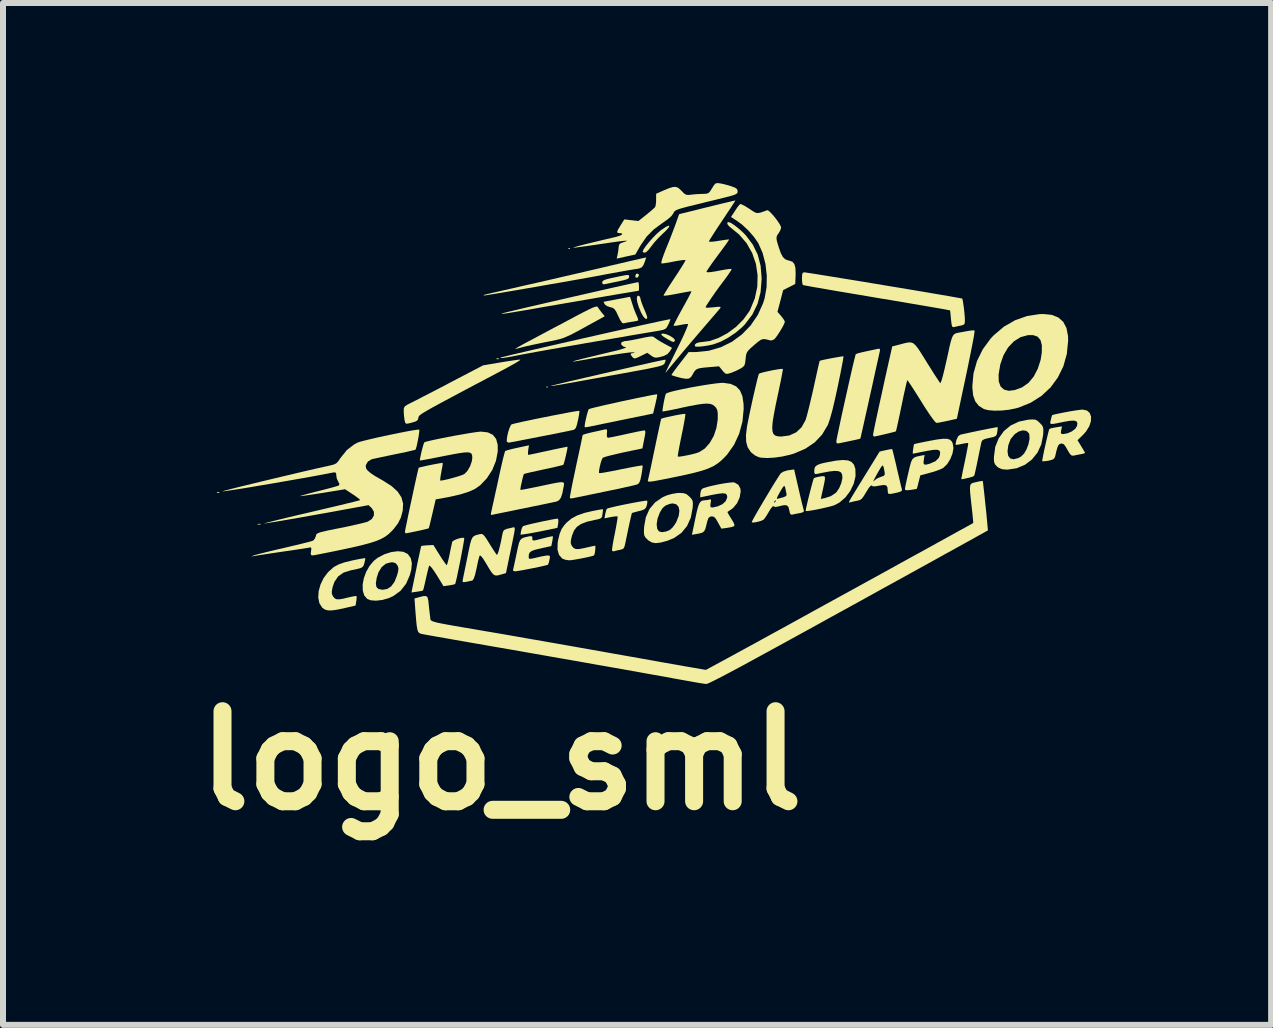
<source format=kicad_pcb>
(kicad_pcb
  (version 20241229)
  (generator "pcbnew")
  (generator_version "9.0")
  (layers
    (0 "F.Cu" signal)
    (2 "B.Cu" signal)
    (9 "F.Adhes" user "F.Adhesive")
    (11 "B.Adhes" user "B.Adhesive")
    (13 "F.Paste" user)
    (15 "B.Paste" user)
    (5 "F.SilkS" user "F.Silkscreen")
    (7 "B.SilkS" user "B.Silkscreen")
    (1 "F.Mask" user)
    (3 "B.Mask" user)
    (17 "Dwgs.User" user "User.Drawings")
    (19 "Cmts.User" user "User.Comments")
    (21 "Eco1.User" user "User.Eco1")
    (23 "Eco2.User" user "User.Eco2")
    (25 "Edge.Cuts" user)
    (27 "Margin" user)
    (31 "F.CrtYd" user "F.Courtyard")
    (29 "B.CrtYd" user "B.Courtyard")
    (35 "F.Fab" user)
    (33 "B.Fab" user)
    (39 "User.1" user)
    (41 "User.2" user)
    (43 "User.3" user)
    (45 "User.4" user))
  (footprint "logo_sml"
    (layer "F.Cu")
    (at 7.8 4.121)
    (property "Reference" "logo_sml" (at -2.5 5.5 0) (layer "F.SilkS") (effects (font (size 1.5 1.5) (thickness 0.3))))
    (attr board_only exclude_from_pos_files exclude_from_bom)
    (fp_poly (pts (xy -7.193 1.029) (xy -7.199 1.038) (xy -7.219 1.04) (xy -7.241 1.035) (xy -7.232 1.027) (xy -7.2 1.025)) (stroke (width 0) (type solid)) (fill yes) (layer "F.SilkS"))
    (fp_poly (pts (xy -6.508 1.559) (xy -6.506 1.566) (xy -6.534 1.569) (xy -6.563 1.566) (xy -6.559 1.559) (xy -6.517 1.556)) (stroke (width 0) (type solid)) (fill yes) (layer "F.SilkS"))
    (fp_poly (pts (xy -2.537 -1.197) (xy -2.543 -1.187) (xy -2.564 -1.186) (xy -2.586 -1.191) (xy -2.576 -1.198) (xy -2.545 -1.201)) (stroke (width 0) (type solid)) (fill yes) (layer "F.SilkS"))
    (fp_poly (pts (xy -1.722 -0.728) (xy -1.725 -0.716) (xy -1.736 -0.715) (xy -1.752 -0.722) (xy -1.749 -0.728) (xy -1.725 -0.731)) (stroke (width 0) (type solid)) (fill yes) (layer "F.SilkS"))
    (fp_poly (pts (xy -1.354 -3.035) (xy -1.357 -3.023) (xy -1.368 -3.022) (xy -1.385 -3.029) (xy -1.382 -3.035) (xy -1.357 -3.038)) (stroke (width 0) (type solid)) (fill yes) (layer "F.SilkS"))
    (fp_poly (pts (xy -0.208 -2.598) (xy -0.204 -2.585) (xy -0.221 -2.554) (xy -0.235 -2.545) (xy -0.26 -2.548) (xy -0.265 -2.573) (xy -0.253 -2.606) (xy -0.235 -2.614)) (stroke (width 0) (type solid)) (fill yes) (layer "F.SilkS"))
    (fp_poly (pts (xy 0.246 -1.604) (xy 0.301 -1.581) (xy 0.352 -1.551) (xy 0.387 -1.521) (xy 0.395 -1.499) (xy 0.384 -1.479) (xy 0.368 -1.474) (xy 0.336 -1.485) (xy 0.281 -1.515) (xy 0.26 -1.527) (xy 0.194 -1.569) (xy 0.166 -1.597) (xy 0.176 -1.611) (xy 0.198 -1.613)) (stroke (width 0) (type solid)) (fill yes) (layer "F.SilkS"))
    (fp_poly (pts (xy -0.189 -2.229) (xy -0.183 -2.21) (xy -0.175 -2.174) (xy -0.155 -2.113) (xy -0.131 -2.052) (xy -0.094 -1.965) (xy -0.073 -1.909) (xy -0.066 -1.876) (xy -0.071 -1.862) (xy -0.087 -1.858) (xy -0.088 -1.858) (xy -0.114 -1.876) (xy -0.147 -1.922) (xy -0.171 -1.968) (xy -0.209 -2.059) (xy -0.233 -2.14) (xy -0.241 -2.202) (xy -0.232 -2.239) (xy -0.217 -2.246)) (stroke (width 0) (type solid)) (fill yes) (layer "F.SilkS"))
    (fp_poly (pts (xy 0.302 -3.406) (xy 0.288 -3.377) (xy 0.244 -3.327) (xy 0.191 -3.277) (xy 0.12 -3.208) (xy 0.051 -3.132) (xy 0 -3.066) (xy -0.044 -3.009) (xy -0.084 -2.971) (xy -0.107 -2.961) (xy -0.138 -2.969) (xy -0.143 -2.979) (xy -0.129 -3.014) (xy -0.092 -3.069) (xy -0.038 -3.136) (xy 0.025 -3.207) (xy 0.09 -3.274) (xy 0.152 -3.328) (xy 0.168 -3.34) (xy 0.241 -3.389) (xy 0.286 -3.411)) (stroke (width 0) (type solid)) (fill yes) (layer "F.SilkS"))
    (fp_poly (pts (xy -1.547 1.488) (xy -1.549 1.541) (xy -1.55 1.547) (xy -1.563 1.623) (xy -1.777 1.668) (xy -1.877 1.688) (xy -1.973 1.706) (xy -2.051 1.72) (xy -2.084 1.725) (xy -2.178 1.738) (xy -2.169 1.676) (xy -2.155 1.626) (xy -2.137 1.596) (xy -2.111 1.587) (xy -2.054 1.571) (xy -1.975 1.552) (xy -1.883 1.532) (xy -1.788 1.511) (xy -1.699 1.493) (xy -1.624 1.479) (xy -1.574 1.471) (xy -1.56 1.47)) (stroke (width 0) (type solid)) (fill yes) (layer "F.SilkS"))
    (fp_poly (pts (xy -0.377 -2.587) (xy -0.369 -2.577) (xy -0.368 -2.559) (xy -0.368 -2.556) (xy -0.375 -2.537) (xy -0.402 -2.52) (xy -0.454 -2.504) (xy -0.54 -2.485) (xy -0.546 -2.483) (xy -0.632 -2.466) (xy -0.708 -2.45) (xy -0.76 -2.439) (xy -0.771 -2.436) (xy -0.806 -2.435) (xy -0.817 -2.462) (xy -0.817 -2.466) (xy -0.812 -2.485) (xy -0.791 -2.501) (xy -0.749 -2.517) (xy -0.679 -2.535) (xy -0.612 -2.549) (xy -0.51 -2.571) (xy -0.441 -2.584) (xy -0.399 -2.59)) (stroke (width 0) (type solid)) (fill yes) (layer "F.SilkS"))
    (fp_poly (pts (xy -0.347 -2.208) (xy -0.332 -2.161) (xy -0.316 -2.109) (xy -0.29 -2.029) (xy -0.26 -1.952) (xy -0.243 -1.916) (xy -0.223 -1.867) (xy -0.217 -1.836) (xy -0.22 -1.831) (xy -0.247 -1.823) (xy -0.301 -1.813) (xy -0.334 -1.808) (xy -0.399 -1.797) (xy -0.448 -1.787) (xy -0.462 -1.783) (xy -0.486 -1.793) (xy -0.519 -1.842) (xy -0.55 -1.906) (xy -0.583 -1.977) (xy -0.61 -2.018) (xy -0.639 -2.041) (xy -0.677 -2.052) (xy -0.683 -2.053) (xy -0.738 -2.072) (xy -0.775 -2.101) (xy -0.777 -2.105) (xy -0.791 -2.136) (xy -0.792 -2.144) (xy -0.771 -2.147) (xy -0.718 -2.157) (xy -0.642 -2.171) (xy -0.572 -2.185) (xy -0.484 -2.201) (xy -0.413 -2.215) (xy -0.367 -2.223) (xy -0.354 -2.226)) (stroke (width 0) (type solid)) (fill yes) (layer "F.SilkS"))
    (fp_poly (pts (xy 0.098 -0.58) (xy 0.089 -0.528) (xy 0.073 -0.458) (xy 0.069 -0.438) (xy 0.031 -0.281) (xy -0.398 -0.193) (xy -0.535 -0.165) (xy -0.668 -0.137) (xy -0.788 -0.113) (xy -0.887 -0.092) (xy -0.955 -0.077) (xy -0.964 -0.076) (xy -1.033 -0.062) (xy -1.085 -0.054) (xy -1.109 -0.054) (xy -1.109 -0.054) (xy -1.109 -0.077) (xy -1.102 -0.127) (xy -1.088 -0.192) (xy -1.072 -0.259) (xy -1.056 -0.316) (xy -1.043 -0.35) (xy -1.041 -0.354) (xy -1.018 -0.362) (xy -0.962 -0.377) (xy -0.878 -0.397) (xy -0.774 -0.422) (xy -0.654 -0.448) (xy -0.526 -0.477) (xy -0.395 -0.505) (xy -0.268 -0.532) (xy -0.15 -0.556) (xy -0.048 -0.577) (xy 0.031 -0.592) (xy 0.083 -0.6) (xy 0.099 -0.601)) (stroke (width 0) (type solid)) (fill yes) (layer "F.SilkS"))
    (fp_poly (pts (xy -1.198 -0.326) (xy -1.197 -0.303) (xy -1.205 -0.251) (xy -1.218 -0.18) (xy -1.221 -0.168) (xy -1.24 -0.088) (xy -1.258 -0.04) (xy -1.279 -0.016) (xy -1.295 -0.009) (xy -1.341 0.001) (xy -1.416 0.017) (xy -1.515 0.037) (xy -1.631 0.06) (xy -1.756 0.085) (xy -1.886 0.11) (xy -2.013 0.135) (xy -2.131 0.158) (xy -2.233 0.178) (xy -2.313 0.193) (xy -2.365 0.202) (xy -2.381 0.204) (xy -2.405 0.187) (xy -2.408 0.168) (xy -2.401 0.108) (xy -2.386 0.037) (xy -2.365 -0.03) (xy -2.343 -0.08) (xy -2.327 -0.101) (xy -2.298 -0.109) (xy -2.237 -0.124) (xy -2.149 -0.144) (xy -2.042 -0.166) (xy -1.921 -0.192) (xy -1.792 -0.218) (xy -1.661 -0.244) (xy -1.536 -0.268) (xy -1.422 -0.29) (xy -1.325 -0.308) (xy -1.251 -0.32) (xy -1.207 -0.326)) (stroke (width 0) (type solid)) (fill yes) (layer "F.SilkS"))
    (fp_poly (pts (xy -0.897 -2.061) (xy -0.889 -2.052) (xy -0.861 -2.011) (xy -0.824 -1.962) (xy -0.821 -1.959) (xy -0.775 -1.902) (xy -0.903 -1.831) (xy -1.055 -1.748) (xy -1.176 -1.681) (xy -1.273 -1.629) (xy -1.351 -1.589) (xy -1.416 -1.56) (xy -1.472 -1.537) (xy -1.527 -1.52) (xy -1.585 -1.506) (xy -1.652 -1.492) (xy -1.734 -1.476) (xy -1.764 -1.47) (xy -1.881 -1.446) (xy -1.991 -1.423) (xy -2.085 -1.402) (xy -2.153 -1.385) (xy -2.172 -1.38) (xy -2.227 -1.365) (xy -2.261 -1.358) (xy -2.266 -1.359) (xy -2.249 -1.37) (xy -2.204 -1.397) (xy -2.136 -1.435) (xy -2.057 -1.477) (xy -1.979 -1.518) (xy -1.873 -1.575) (xy -1.747 -1.642) (xy -1.609 -1.716) (xy -1.466 -1.791) (xy -1.379 -1.838) (xy -1.236 -1.914) (xy -1.125 -1.972) (xy -1.041 -2.014) (xy -0.98 -2.043) (xy -0.939 -2.058) (xy -0.913 -2.064)) (stroke (width 0) (type solid)) (fill yes) (layer "F.SilkS"))
    (fp_poly (pts (xy -0.209 -2.453) (xy -0.205 -2.413) (xy -0.204 -2.367) (xy -0.206 -2.334) (xy -0.209 -2.327) (xy -0.233 -2.323) (xy -0.293 -2.313) (xy -0.383 -2.298) (xy -0.498 -2.279) (xy -0.634 -2.256) (xy -0.785 -2.23) (xy -0.947 -2.202) (xy -1.115 -2.173) (xy -1.283 -2.144) (xy -1.447 -2.116) (xy -1.602 -2.089) (xy -1.743 -2.065) (xy -1.864 -2.044) (xy -1.868 -2.043) (xy -2.055 -2.01) (xy -2.205 -1.985) (xy -2.32 -1.966) (xy -2.404 -1.952) (xy -2.459 -1.945) (xy -2.487 -1.943) (xy -2.493 -1.945) (xy -2.481 -1.951) (xy -2.453 -1.958) (xy -2.39 -1.974) (xy -2.296 -1.996) (xy -2.176 -2.025) (xy -2.035 -2.058) (xy -1.875 -2.095) (xy -1.703 -2.135) (xy -1.523 -2.176) (xy -1.338 -2.219) (xy -1.154 -2.261) (xy -0.974 -2.302) (xy -0.803 -2.341) (xy -0.645 -2.377) (xy -0.506 -2.408) (xy -0.389 -2.434) (xy -0.298 -2.454) (xy -0.238 -2.466) (xy -0.215 -2.471)) (stroke (width 0) (type solid)) (fill yes) (layer "F.SilkS"))
    (fp_poly (pts (xy 0.24 -1.176) (xy 0.237 -1.155) (xy 0.224 -1.121) (xy 0.217 -1.109) (xy 0.205 -1.098) (xy 0.185 -1.087) (xy 0.152 -1.075) (xy 0.104 -1.062) (xy 0.037 -1.047) (xy -0.053 -1.028) (xy -0.17 -1.006) (xy -0.316 -0.979) (xy -0.496 -0.946) (xy -0.68 -0.913) (xy -0.909 -0.871) (xy -1.1 -0.837) (xy -1.258 -0.808) (xy -1.384 -0.786) (xy -1.483 -0.768) (xy -1.558 -0.756) (xy -1.61 -0.747) (xy -1.644 -0.742) (xy -1.663 -0.74) (xy -1.67 -0.74) (xy -1.667 -0.743) (xy -1.664 -0.744) (xy -1.64 -0.751) (xy -1.581 -0.765) (xy -1.491 -0.787) (xy -1.374 -0.815) (xy -1.234 -0.847) (xy -1.077 -0.884) (xy -0.906 -0.923) (xy -0.847 -0.937) (xy -0.612 -0.991) (xy -0.414 -1.036) (xy -0.249 -1.074) (xy -0.114 -1.104) (xy -0.007 -1.129) (xy 0.076 -1.147) (xy 0.138 -1.16) (xy 0.182 -1.169) (xy 0.211 -1.175) (xy 0.228 -1.177) (xy 0.237 -1.177)) (stroke (width 0) (type solid)) (fill yes) (layer "F.SilkS"))
    (fp_poly (pts (xy 1.325 -3.458) (xy 1.381 -3.422) (xy 1.448 -3.37) (xy 1.517 -3.31) (xy 1.575 -3.251) (xy 1.692 -3.096) (xy 1.774 -2.929) (xy 1.822 -2.745) (xy 1.839 -2.539) (xy 1.839 -2.522) (xy 1.822 -2.304) (xy 1.771 -2.108) (xy 1.685 -1.931) (xy 1.562 -1.769) (xy 1.519 -1.724) (xy 1.41 -1.631) (xy 1.285 -1.547) (xy 1.156 -1.478) (xy 1.037 -1.434) (xy 1.031 -1.433) (xy 0.948 -1.415) (xy 0.865 -1.402) (xy 0.794 -1.395) (xy 0.745 -1.396) (xy 0.73 -1.401) (xy 0.725 -1.426) (xy 0.75 -1.451) (xy 0.795 -1.467) (xy 0.824 -1.47) (xy 0.972 -1.489) (xy 1.124 -1.542) (xy 1.275 -1.623) (xy 1.415 -1.727) (xy 1.537 -1.85) (xy 1.634 -1.985) (xy 1.649 -2.013) (xy 1.726 -2.2) (xy 1.767 -2.393) (xy 1.772 -2.586) (xy 1.744 -2.775) (xy 1.682 -2.955) (xy 1.589 -3.119) (xy 1.465 -3.263) (xy 1.349 -3.358) (xy 1.298 -3.4) (xy 1.269 -3.437) (xy 1.267 -3.463) (xy 1.288 -3.471)) (stroke (width 0) (type solid)) (fill yes) (layer "F.SilkS"))
    (fp_poly (pts (xy -4.131 2.022) (xy -4.061 2.056) (xy -4.052 2.064) (xy -4.006 2.13) (xy -3.988 2.212) (xy -3.997 2.316) (xy -4.021 2.409) (xy -4.084 2.554) (xy -4.176 2.671) (xy -4.296 2.759) (xy -4.375 2.795) (xy -4.483 2.825) (xy -4.587 2.837) (xy -4.675 2.83) (xy -4.732 2.807) (xy -4.782 2.749) (xy -4.806 2.667) (xy -4.808 2.57) (xy -4.804 2.547) (xy -4.588 2.547) (xy -4.579 2.608) (xy -4.545 2.642) (xy -4.483 2.654) (xy -4.473 2.654) (xy -4.4 2.642) (xy -4.337 2.601) (xy -4.332 2.597) (xy -4.277 2.522) (xy -4.236 2.419) (xy -4.217 2.349) (xy -4.212 2.303) (xy -4.219 2.27) (xy -4.23 2.247) (xy -4.259 2.212) (xy -4.3 2.198) (xy -4.339 2.198) (xy -4.421 2.22) (xy -4.491 2.277) (xy -4.545 2.365) (xy -4.574 2.455) (xy -4.588 2.547) (xy -4.804 2.547) (xy -4.789 2.465) (xy -4.75 2.358) (xy -4.694 2.259) (xy -4.623 2.174) (xy -4.558 2.122) (xy -4.445 2.063) (xy -4.331 2.027) (xy -4.224 2.013)) (stroke (width 0) (type solid)) (fill yes) (layer "F.SilkS"))
    (fp_poly (pts (xy -0.106 -2.814) (xy -0.131 -2.751) (xy -0.161 -2.715) (xy -0.209 -2.696) (xy -0.266 -2.687) (xy -0.317 -2.679) (xy -0.4 -2.665) (xy -0.508 -2.646) (xy -0.632 -2.623) (xy -0.765 -2.599) (xy -0.791 -2.594) (xy -0.903 -2.573) (xy -1.037 -2.548) (xy -1.19 -2.521) (xy -1.357 -2.491) (xy -1.533 -2.46) (xy -1.714 -2.429) (xy -1.894 -2.397) (xy -2.07 -2.367) (xy -2.237 -2.338) (xy -2.391 -2.312) (xy -2.525 -2.289) (xy -2.637 -2.271) (xy -2.721 -2.257) (xy -2.774 -2.249) (xy -2.789 -2.248) (xy -2.793 -2.254) (xy -2.787 -2.257) (xy -2.763 -2.264) (xy -2.704 -2.278) (xy -2.614 -2.299) (xy -2.499 -2.325) (xy -2.363 -2.356) (xy -2.211 -2.391) (xy -2.083 -2.42) (xy -1.884 -2.465) (xy -1.666 -2.515) (xy -1.439 -2.568) (xy -1.216 -2.619) (xy -1.007 -2.668) (xy -0.826 -2.71) (xy -0.807 -2.715) (xy -0.654 -2.751) (xy -0.511 -2.784) (xy -0.384 -2.814) (xy -0.279 -2.838) (xy -0.2 -2.856) (xy -0.155 -2.867) (xy -0.149 -2.868) (xy -0.083 -2.882)) (stroke (width 0) (type solid)) (fill yes) (layer "F.SilkS"))
    (fp_poly (pts (xy 0.314 -1.832) (xy 0.296 -1.788) (xy 0.284 -1.763) (xy 0.262 -1.721) (xy 0.239 -1.694) (xy 0.205 -1.678) (xy 0.149 -1.665) (xy 0.086 -1.654) (xy -0.004 -1.639) (xy -0.117 -1.62) (xy -0.234 -1.6) (xy -0.296 -1.59) (xy -0.612 -1.535) (xy -0.89 -1.488) (xy -1.134 -1.446) (xy -1.345 -1.409) (xy -1.528 -1.377) (xy -1.684 -1.35) (xy -1.817 -1.326) (xy -1.929 -1.306) (xy -2.023 -1.289) (xy -2.102 -1.274) (xy -2.168 -1.262) (xy -2.203 -1.255) (xy -2.331 -1.23) (xy -2.423 -1.214) (xy -2.481 -1.206) (xy -2.509 -1.206) (xy -2.51 -1.213) (xy -2.488 -1.22) (xy -2.43 -1.234) (xy -2.341 -1.256) (xy -2.223 -1.284) (xy -2.081 -1.317) (xy -1.919 -1.355) (xy -1.741 -1.396) (xy -1.549 -1.44) (xy -1.35 -1.485) (xy -1.145 -1.532) (xy -0.94 -1.578) (xy -0.737 -1.624) (xy -0.541 -1.668) (xy -0.356 -1.709) (xy -0.186 -1.747) (xy -0.034 -1.78) (xy 0.096 -1.808) (xy 0.199 -1.83) (xy 0.273 -1.845) (xy 0.312 -1.853) (xy 0.318 -1.853)) (stroke (width 0) (type solid)) (fill yes) (layer "F.SilkS"))
    (fp_poly (pts (xy 3.812 -1.338) (xy 3.809 -1.323) (xy 3.802 -1.292) (xy 3.788 -1.227) (xy 3.767 -1.132) (xy 3.74 -1.011) (xy 3.709 -0.87) (xy 3.675 -0.714) (xy 3.643 -0.572) (xy 3.607 -0.408) (xy 3.573 -0.258) (xy 3.544 -0.126) (xy 3.519 -0.015) (xy 3.5 0.068) (xy 3.488 0.121) (xy 3.483 0.137) (xy 3.463 0.143) (xy 3.412 0.155) (xy 3.342 0.17) (xy 3.327 0.173) (xy 3.247 0.19) (xy 3.177 0.204) (xy 3.132 0.214) (xy 3.129 0.215) (xy 3.093 0.215) (xy 3.083 0.19) (xy 3.087 0.161) (xy 3.099 0.098) (xy 3.118 0.008) (xy 3.142 -0.105) (xy 3.17 -0.236) (xy 3.201 -0.377) (xy 3.234 -0.525) (xy 3.267 -0.673) (xy 3.299 -0.816) (xy 3.329 -0.949) (xy 3.356 -1.066) (xy 3.379 -1.161) (xy 3.396 -1.23) (xy 3.406 -1.266) (xy 3.408 -1.27) (xy 3.433 -1.281) (xy 3.487 -1.296) (xy 3.56 -1.313) (xy 3.573 -1.316) (xy 3.654 -1.333) (xy 3.724 -1.348) (xy 3.77 -1.358) (xy 3.773 -1.358) (xy 3.806 -1.361)) (stroke (width 0) (type solid)) (fill yes) (layer "F.SilkS"))
    (fp_poly (pts (xy -2.18 -1.179) (xy -2.19 -1.168) (xy -2.231 -1.141) (xy -2.298 -1.102) (xy -2.385 -1.054) (xy -2.473 -1.006) (xy -2.73 -0.87) (xy -2.954 -0.752) (xy -3.146 -0.65) (xy -3.309 -0.563) (xy -3.446 -0.49) (xy -3.559 -0.429) (xy -3.65 -0.379) (xy -3.721 -0.339) (xy -3.775 -0.307) (xy -3.815 -0.283) (xy -3.843 -0.263) (xy -3.861 -0.248) (xy -3.871 -0.236) (xy -3.876 -0.225) (xy -3.879 -0.215) (xy -3.879 -0.211) (xy -3.887 -0.182) (xy -3.903 -0.162) (xy -3.935 -0.146) (xy -3.993 -0.129) (xy -4.045 -0.116) (xy -4.081 -0.111) (xy -4.099 -0.127) (xy -4.11 -0.172) (xy -4.111 -0.179) (xy -4.12 -0.253) (xy -4.124 -0.327) (xy -4.124 -0.328) (xy -4.121 -0.372) (xy -4.104 -0.402) (xy -4.064 -0.428) (xy -4.027 -0.447) (xy -3.985 -0.468) (xy -3.912 -0.505) (xy -3.814 -0.556) (xy -3.695 -0.617) (xy -3.562 -0.686) (xy -3.419 -0.76) (xy -3.366 -0.789) (xy -2.801 -1.084) (xy -2.5 -1.135) (xy -2.394 -1.152) (xy -2.301 -1.166) (xy -2.229 -1.176) (xy -2.187 -1.18)) (stroke (width 0) (type solid)) (fill yes) (layer "F.SilkS"))
    (fp_poly (pts (xy 6.399 -0.179) (xy 6.433 -0.162) (xy 6.47 -0.128) (xy 6.474 -0.124) (xy 6.509 -0.087) (xy 6.527 -0.055) (xy 6.533 -0.013) (xy 6.531 0.052) (xy 6.529 0.078) (xy 6.499 0.232) (xy 6.436 0.369) (xy 6.344 0.483) (xy 6.227 0.572) (xy 6.09 0.63) (xy 5.938 0.653) (xy 5.92 0.653) (xy 5.843 0.646) (xy 5.785 0.62) (xy 5.764 0.604) (xy 5.732 0.571) (xy 5.715 0.536) (xy 5.709 0.484) (xy 5.71 0.436) (xy 5.722 0.348) (xy 5.936 0.348) (xy 5.947 0.423) (xy 5.982 0.468) (xy 6.039 0.481) (xy 6.114 0.461) (xy 6.161 0.436) (xy 6.211 0.387) (xy 6.254 0.313) (xy 6.286 0.227) (xy 6.303 0.141) (xy 6.299 0.069) (xy 6.29 0.044) (xy 6.25 0.007) (xy 6.191 -0.001) (xy 6.122 0.018) (xy 6.056 0.062) (xy 5.988 0.144) (xy 5.949 0.246) (xy 5.936 0.348) (xy 5.722 0.348) (xy 5.731 0.275) (xy 5.788 0.133) (xy 5.874 0.012) (xy 5.988 -0.082) (xy 6.126 -0.147) (xy 6.283 -0.179) (xy 6.354 -0.183)) (stroke (width 0) (type solid)) (fill yes) (layer "F.SilkS"))
    (fp_poly (pts (xy -4.766 2.151) (xy -4.776 2.197) (xy -4.779 2.21) (xy -4.791 2.248) (xy -4.807 2.273) (xy -4.836 2.291) (xy -4.886 2.306) (xy -4.965 2.323) (xy -5.002 2.33) (xy -5.125 2.368) (xy -5.216 2.432) (xy -5.279 2.524) (xy -5.308 2.609) (xy -5.321 2.676) (xy -5.322 2.719) (xy -5.308 2.754) (xy -5.3 2.767) (xy -5.275 2.797) (xy -5.243 2.813) (xy -5.195 2.814) (xy -5.124 2.802) (xy -5.052 2.784) (xy -4.984 2.769) (xy -4.933 2.76) (xy -4.91 2.76) (xy -4.908 2.784) (xy -4.912 2.832) (xy -4.914 2.843) (xy -4.926 2.918) (xy -5.104 2.959) (xy -5.229 2.986) (xy -5.322 2.999) (xy -5.391 2.998) (xy -5.442 2.982) (xy -5.482 2.953) (xy -5.482 2.953) (xy -5.529 2.878) (xy -5.548 2.784) (xy -5.541 2.678) (xy -5.51 2.567) (xy -5.457 2.458) (xy -5.384 2.361) (xy -5.294 2.281) (xy -5.286 2.275) (xy -5.211 2.234) (xy -5.112 2.199) (xy -4.982 2.167) (xy -4.982 2.167) (xy -4.895 2.149) (xy -4.824 2.136) (xy -4.778 2.129) (xy -4.765 2.129)) (stroke (width 0) (type solid)) (fill yes) (layer "F.SilkS"))
    (fp_poly (pts (xy -0.068 1.171) (xy -0.064 1.197) (xy -0.073 1.244) (xy -0.074 1.25) (xy -0.09 1.29) (xy -0.116 1.315) (xy -0.164 1.334) (xy -0.205 1.344) (xy -0.267 1.36) (xy -0.309 1.372) (xy -0.322 1.377) (xy -0.328 1.398) (xy -0.341 1.452) (xy -0.359 1.531) (xy -0.38 1.628) (xy -0.402 1.735) (xy -0.425 1.845) (xy -0.428 1.861) (xy -0.443 1.927) (xy -0.459 1.963) (xy -0.484 1.98) (xy -0.523 1.99) (xy -0.58 2.002) (xy -0.622 2.014) (xy -0.624 2.015) (xy -0.648 2.01) (xy -0.653 1.986) (xy -0.649 1.951) (xy -0.639 1.885) (xy -0.623 1.798) (xy -0.603 1.699) (xy -0.602 1.694) (xy -0.584 1.598) (xy -0.57 1.518) (xy -0.561 1.46) (xy -0.56 1.434) (xy -0.561 1.433) (xy -0.585 1.431) (xy -0.635 1.437) (xy -0.675 1.444) (xy -0.779 1.465) (xy -0.766 1.391) (xy -0.753 1.339) (xy -0.741 1.307) (xy -0.739 1.305) (xy -0.713 1.295) (xy -0.656 1.281) (xy -0.577 1.262) (xy -0.483 1.242) (xy -0.382 1.222) (xy -0.284 1.203) (xy -0.195 1.187) (xy -0.124 1.175) (xy -0.079 1.17)) (stroke (width 0) (type solid)) (fill yes) (layer "F.SilkS"))
    (fp_poly (pts (xy -0.805 1.334) (xy -0.81 1.38) (xy -0.812 1.393) (xy -0.819 1.436) (xy -0.835 1.461) (xy -0.869 1.476) (xy -0.932 1.49) (xy -0.936 1.49) (xy -1.069 1.521) (xy -1.167 1.558) (xy -1.237 1.605) (xy -1.286 1.667) (xy -1.319 1.75) (xy -1.328 1.783) (xy -1.341 1.846) (xy -1.339 1.889) (xy -1.321 1.927) (xy -1.319 1.929) (xy -1.292 1.96) (xy -1.257 1.976) (xy -1.206 1.977) (xy -1.129 1.963) (xy -1.072 1.95) (xy -1.005 1.935) (xy -0.955 1.924) (xy -0.935 1.92) (xy -0.93 1.937) (xy -0.932 1.978) (xy -0.937 2.026) (xy -0.946 2.067) (xy -0.952 2.081) (xy -0.977 2.091) (xy -1.031 2.105) (xy -1.104 2.121) (xy -1.185 2.137) (xy -1.264 2.151) (xy -1.33 2.161) (xy -1.369 2.164) (xy -1.431 2.155) (xy -1.483 2.135) (xy -1.484 2.134) (xy -1.537 2.073) (xy -1.562 1.984) (xy -1.559 1.869) (xy -1.552 1.831) (xy -1.526 1.723) (xy -1.493 1.642) (xy -1.445 1.574) (xy -1.407 1.533) (xy -1.327 1.467) (xy -1.23 1.415) (xy -1.107 1.373) (xy -0.992 1.346) (xy -0.912 1.33) (xy -0.848 1.318) (xy -0.811 1.313) (xy -0.805 1.313)) (stroke (width 0) (type solid)) (fill yes) (layer "F.SilkS"))
    (fp_poly (pts (xy 0.541 1.046) (xy 0.589 1.063) (xy 0.634 1.101) (xy 0.637 1.104) (xy 0.671 1.141) (xy 0.689 1.175) (xy 0.694 1.219) (xy 0.69 1.289) (xy 0.689 1.293) (xy 0.659 1.455) (xy 0.596 1.594) (xy 0.503 1.707) (xy 0.38 1.793) (xy 0.27 1.838) (xy 0.159 1.868) (xy 0.075 1.878) (xy 0.011 1.867) (xy -0.043 1.836) (xy -0.065 1.816) (xy -0.098 1.782) (xy -0.115 1.751) (xy -0.122 1.71) (xy -0.121 1.648) (xy -0.118 1.605) (xy -0.111 1.562) (xy 0.09 1.562) (xy 0.1 1.639) (xy 0.101 1.641) (xy 0.127 1.681) (xy 0.171 1.694) (xy 0.185 1.695) (xy 0.249 1.684) (xy 0.309 1.659) (xy 0.352 1.621) (xy 0.397 1.561) (xy 0.419 1.523) (xy 0.458 1.423) (xy 0.469 1.338) (xy 0.455 1.272) (xy 0.416 1.23) (xy 0.356 1.216) (xy 0.308 1.224) (xy 0.238 1.252) (xy 0.188 1.295) (xy 0.145 1.364) (xy 0.144 1.367) (xy 0.106 1.467) (xy 0.09 1.562) (xy -0.111 1.562) (xy -0.09 1.446) (xy -0.029 1.31) (xy 0.064 1.199) (xy 0.188 1.114) (xy 0.261 1.082) (xy 0.345 1.058) (xy 0.434 1.043) (xy 0.472 1.041)) (stroke (width 0) (type solid)) (fill yes) (layer "F.SilkS"))
    (fp_poly (pts (xy 5.771 -0.055) (xy 5.772 -0.033) (xy 5.767 0.014) (xy 5.765 0.026) (xy 5.756 0.068) (xy 5.739 0.093) (xy 5.705 0.109) (xy 5.642 0.123) (xy 5.632 0.125) (xy 5.561 0.142) (xy 5.521 0.161) (xy 5.504 0.186) (xy 5.502 0.192) (xy 5.494 0.228) (xy 5.48 0.294) (xy 5.462 0.382) (xy 5.442 0.482) (xy 5.441 0.486) (xy 5.421 0.584) (xy 5.403 0.666) (xy 5.389 0.726) (xy 5.381 0.755) (xy 5.38 0.755) (xy 5.354 0.771) (xy 5.307 0.785) (xy 5.303 0.786) (xy 5.246 0.799) (xy 5.201 0.809) (xy 5.172 0.813) (xy 5.166 0.808) (xy 5.17 0.785) (xy 5.181 0.729) (xy 5.197 0.648) (xy 5.218 0.55) (xy 5.227 0.507) (xy 5.248 0.404) (xy 5.265 0.316) (xy 5.277 0.251) (xy 5.281 0.215) (xy 5.281 0.21) (xy 5.258 0.21) (xy 5.209 0.218) (xy 5.176 0.225) (xy 5.118 0.236) (xy 5.08 0.241) (xy 5.072 0.239) (xy 5.072 0.217) (xy 5.082 0.171) (xy 5.086 0.157) (xy 5.114 0.096) (xy 5.151 0.071) (xy 5.222 0.055) (xy 5.31 0.036) (xy 5.409 0.015) (xy 5.509 -0.006) (xy 5.603 -0.025) (xy 5.684 -0.04) (xy 5.742 -0.051) (xy 5.77 -0.055)) (stroke (width 0) (type solid)) (fill yes) (layer "F.SilkS"))
    (fp_poly (pts (xy -1.983 1.771) (xy -1.981 1.795) (xy -1.98 1.818) (xy -1.973 1.831) (xy -1.952 1.834) (xy -1.91 1.826) (xy -1.839 1.808) (xy -1.798 1.797) (xy -1.725 1.779) (xy -1.669 1.767) (xy -1.641 1.764) (xy -1.639 1.764) (xy -1.639 1.786) (xy -1.646 1.833) (xy -1.649 1.849) (xy -1.665 1.927) (xy -1.838 1.965) (xy -1.931 1.987) (xy -1.991 2.008) (xy -2.024 2.033) (xy -2.039 2.065) (xy -2.041 2.098) (xy -2.041 2.124) (xy -2.033 2.137) (xy -2.01 2.139) (xy -1.963 2.131) (xy -1.889 2.113) (xy -1.816 2.097) (xy -1.753 2.086) (xy -1.722 2.083) (xy -1.694 2.087) (xy -1.687 2.107) (xy -1.695 2.154) (xy -1.695 2.156) (xy -1.708 2.206) (xy -1.719 2.235) (xy -1.72 2.237) (xy -1.743 2.245) (xy -1.797 2.258) (xy -1.873 2.275) (xy -1.961 2.293) (xy -2.053 2.311) (xy -2.14 2.328) (xy -2.212 2.34) (xy -2.26 2.347) (xy -2.271 2.348) (xy -2.301 2.338) (xy -2.302 2.323) (xy -2.295 2.293) (xy -2.282 2.233) (xy -2.264 2.15) (xy -2.244 2.055) (xy -2.222 1.95) (xy -2.204 1.877) (xy -2.185 1.831) (xy -2.158 1.802) (xy -2.121 1.785) (xy -2.067 1.772) (xy -2.047 1.767) (xy -2.002 1.761)) (stroke (width 0) (type solid)) (fill yes) (layer "F.SilkS"))
    (fp_poly (pts (xy -3.117 1.792) (xy -3.116 1.794) (xy -3.117 1.817) (xy -3.126 1.873) (xy -3.14 1.952) (xy -3.158 2.049) (xy -3.178 2.155) (xy -3.2 2.263) (xy -3.221 2.364) (xy -3.239 2.451) (xy -3.255 2.517) (xy -3.265 2.554) (xy -3.267 2.559) (xy -3.292 2.568) (xy -3.342 2.578) (xy -3.369 2.582) (xy -3.461 2.595) (xy -3.573 2.412) (xy -3.621 2.338) (xy -3.662 2.283) (xy -3.689 2.255) (xy -3.699 2.253) (xy -3.709 2.282) (xy -3.724 2.342) (xy -3.743 2.42) (xy -3.753 2.467) (xy -3.772 2.55) (xy -3.788 2.617) (xy -3.799 2.658) (xy -3.803 2.666) (xy -3.826 2.674) (xy -3.876 2.683) (xy -3.903 2.687) (xy -3.995 2.7) (xy -3.916 2.316) (xy -3.892 2.196) (xy -3.869 2.091) (xy -3.851 2.007) (xy -3.838 1.95) (xy -3.832 1.926) (xy -3.832 1.926) (xy -3.809 1.921) (xy -3.76 1.916) (xy -3.727 1.914) (xy -3.63 1.909) (xy -3.525 2.077) (xy -3.479 2.149) (xy -3.44 2.205) (xy -3.415 2.239) (xy -3.408 2.245) (xy -3.399 2.227) (xy -3.385 2.178) (xy -3.368 2.106) (xy -3.36 2.067) (xy -3.343 1.983) (xy -3.328 1.912) (xy -3.318 1.866) (xy -3.316 1.856) (xy -3.294 1.836) (xy -3.249 1.815) (xy -3.195 1.797) (xy -3.146 1.788)) (stroke (width 0) (type solid)) (fill yes) (layer "F.SilkS"))
    (fp_poly (pts (xy 6.674 -1.925) (xy 6.783 -1.881) (xy 6.865 -1.808) (xy 6.918 -1.706) (xy 6.944 -1.573) (xy 6.946 -1.495) (xy 6.924 -1.274) (xy 6.866 -1.068) (xy 6.774 -0.881) (xy 6.652 -0.715) (xy 6.501 -0.575) (xy 6.325 -0.463) (xy 6.126 -0.382) (xy 6.072 -0.367) (xy 5.957 -0.344) (xy 5.835 -0.331) (xy 5.718 -0.329) (xy 5.617 -0.337) (xy 5.545 -0.355) (xy 5.543 -0.356) (xy 5.458 -0.409) (xy 5.399 -0.483) (xy 5.363 -0.583) (xy 5.35 -0.713) (xy 5.35 -0.742) (xy 5.367 -0.929) (xy 5.787 -0.929) (xy 5.79 -0.816) (xy 5.82 -0.733) (xy 5.876 -0.681) (xy 5.955 -0.66) (xy 6.056 -0.672) (xy 6.177 -0.717) (xy 6.186 -0.722) (xy 6.286 -0.793) (xy 6.372 -0.897) (xy 6.44 -1.027) (xy 6.488 -1.176) (xy 6.507 -1.299) (xy 6.508 -1.419) (xy 6.485 -1.506) (xy 6.437 -1.562) (xy 6.363 -1.588) (xy 6.279 -1.588) (xy 6.154 -1.554) (xy 6.042 -1.484) (xy 5.946 -1.383) (xy 5.87 -1.255) (xy 5.816 -1.102) (xy 5.787 -0.93) (xy 5.787 -0.929) (xy 5.367 -0.929) (xy 5.37 -0.953) (xy 5.428 -1.158) (xy 5.524 -1.352) (xy 5.654 -1.529) (xy 5.706 -1.585) (xy 5.875 -1.728) (xy 6.061 -1.835) (xy 6.261 -1.906) (xy 6.472 -1.938) (xy 6.536 -1.939)) (stroke (width 0) (type solid)) (fill yes) (layer "F.SilkS"))
    (fp_poly (pts (xy 0.039 -1.558) (xy 0.058 -1.544) (xy 0.06 -1.543) (xy 0.097 -1.516) (xy 0.157 -1.479) (xy 0.221 -1.443) (xy 0.346 -1.376) (xy 0.309 -1.316) (xy 0.27 -1.271) (xy 0.211 -1.241) (xy 0.167 -1.228) (xy 0.104 -1.214) (xy 0.063 -1.213) (xy 0.027 -1.227) (xy -0.002 -1.247) (xy -0.066 -1.293) (xy -0.174 -1.24) (xy -0.235 -1.211) (xy -0.271 -1.199) (xy -0.294 -1.204) (xy -0.314 -1.223) (xy -0.343 -1.262) (xy -0.337 -1.282) (xy -0.301 -1.289) (xy -0.274 -1.292) (xy -0.286 -1.299) (xy -0.291 -1.3) (xy -0.326 -1.301) (xy -0.397 -1.294) (xy -0.5 -1.28) (xy -0.63 -1.26) (xy -0.783 -1.235) (xy -0.954 -1.206) (xy -1.071 -1.184) (xy -1.188 -1.164) (xy -1.265 -1.151) (xy -1.302 -1.147) (xy -1.299 -1.152) (xy -1.257 -1.165) (xy -1.174 -1.187) (xy -1.092 -1.207) (xy -0.966 -1.237) (xy -0.823 -1.272) (xy -0.686 -1.305) (xy -0.613 -1.322) (xy -0.526 -1.344) (xy -0.462 -1.363) (xy -0.425 -1.377) (xy -0.421 -1.384) (xy -0.422 -1.384) (xy -0.47 -1.401) (xy -0.499 -1.43) (xy -0.501 -1.459) (xy -0.489 -1.471) (xy -0.443 -1.488) (xy -0.419 -1.49) (xy -0.383 -1.494) (xy -0.317 -1.506) (xy -0.233 -1.522) (xy -0.178 -1.534) (xy -0.086 -1.553) (xy -0.025 -1.563) (xy 0.014 -1.565)) (stroke (width 0) (type solid)) (fill yes) (layer "F.SilkS"))
    (fp_poly (pts (xy 3.28 0.5) (xy 3.339 0.527) (xy 3.378 0.572) (xy 3.4 0.639) (xy 3.401 0.641) (xy 3.404 0.761) (xy 3.374 0.887) (xy 3.316 1.008) (xy 3.236 1.115) (xy 3.138 1.2) (xy 3.052 1.246) (xy 3.001 1.262) (xy 2.929 1.28) (xy 2.846 1.299) (xy 2.76 1.317) (xy 2.681 1.332) (xy 2.618 1.341) (xy 2.58 1.344) (xy 2.573 1.341) (xy 2.577 1.311) (xy 2.59 1.252) (xy 2.608 1.173) (xy 2.63 1.084) (xy 2.653 0.994) (xy 2.675 0.911) (xy 2.693 0.845) (xy 2.706 0.804) (xy 2.71 0.796) (xy 2.738 0.784) (xy 2.791 0.772) (xy 2.813 0.768) (xy 2.855 0.762) (xy 2.882 0.764) (xy 2.894 0.779) (xy 2.894 0.816) (xy 2.882 0.879) (xy 2.862 0.974) (xy 2.825 1.141) (xy 2.888 1.129) (xy 2.993 1.095) (xy 3.075 1.04) (xy 3.087 1.027) (xy 3.131 0.962) (xy 3.166 0.88) (xy 3.184 0.8) (xy 3.185 0.781) (xy 3.179 0.731) (xy 3.159 0.697) (xy 3.12 0.679) (xy 3.057 0.674) (xy 2.967 0.684) (xy 2.844 0.707) (xy 2.762 0.725) (xy 2.728 0.727) (xy 2.717 0.703) (xy 2.716 0.679) (xy 2.72 0.632) (xy 2.738 0.597) (xy 2.776 0.572) (xy 2.841 0.55) (xy 2.933 0.53) (xy 3.08 0.503) (xy 3.195 0.493)) (stroke (width 0) (type solid)) (fill yes) (layer "F.SilkS"))
    (fp_poly (pts (xy 2.575 -2.631) (xy 2.637 -2.621) (xy 2.731 -2.607) (xy 2.852 -2.587) (xy 2.997 -2.564) (xy 3.161 -2.537) (xy 3.34 -2.508) (xy 3.53 -2.477) (xy 3.727 -2.444) (xy 3.926 -2.411) (xy 4.125 -2.378) (xy 4.318 -2.346) (xy 4.502 -2.315) (xy 4.672 -2.286) (xy 4.824 -2.26) (xy 4.955 -2.238) (xy 5.059 -2.219) (xy 5.134 -2.206) (xy 5.175 -2.198) (xy 5.181 -2.196) (xy 5.189 -2.172) (xy 5.198 -2.118) (xy 5.208 -2.047) (xy 5.217 -1.969) (xy 5.223 -1.895) (xy 5.226 -1.838) (xy 5.226 -1.835) (xy 5.223 -1.784) (xy 5.204 -1.76) (xy 5.168 -1.749) (xy 5.105 -1.736) (xy 5.059 -1.725) (xy 5.032 -1.72) (xy 5.016 -1.728) (xy 5.006 -1.757) (xy 4.998 -1.814) (xy 4.994 -1.855) (xy 4.98 -1.999) (xy 4.874 -2.02) (xy 4.834 -2.027) (xy 4.758 -2.04) (xy 4.649 -2.059) (xy 4.513 -2.082) (xy 4.353 -2.109) (xy 4.173 -2.14) (xy 3.978 -2.173) (xy 3.771 -2.207) (xy 3.655 -2.227) (xy 3.447 -2.262) (xy 3.251 -2.295) (xy 3.071 -2.325) (xy 2.911 -2.353) (xy 2.773 -2.377) (xy 2.663 -2.396) (xy 2.583 -2.411) (xy 2.537 -2.42) (xy 2.527 -2.422) (xy 2.518 -2.447) (xy 2.512 -2.498) (xy 2.511 -2.533) (xy 2.514 -2.595) (xy 2.524 -2.625) (xy 2.545 -2.634) (xy 2.548 -2.634)) (stroke (width 0) (type solid)) (fill yes) (layer "F.SilkS"))
    (fp_poly (pts (xy 4.93 0.14) (xy 4.976 0.154) (xy 5.006 0.182) (xy 5.024 0.219) (xy 5.035 0.295) (xy 5.019 0.386) (xy 4.982 0.479) (xy 4.93 0.562) (xy 4.866 0.624) (xy 4.864 0.625) (xy 4.818 0.648) (xy 4.746 0.675) (xy 4.662 0.701) (xy 4.646 0.705) (xy 4.483 0.749) (xy 4.455 0.859) (xy 4.44 0.92) (xy 4.428 0.962) (xy 4.424 0.973) (xy 4.404 0.978) (xy 4.356 0.986) (xy 4.324 0.991) (xy 4.263 0.997) (xy 4.233 0.992) (xy 4.227 0.977) (xy 4.231 0.947) (xy 4.243 0.887) (xy 4.261 0.804) (xy 4.283 0.708) (xy 4.283 0.707) (xy 4.308 0.602) (xy 4.328 0.53) (xy 4.349 0.483) (xy 4.377 0.455) (xy 4.415 0.438) (xy 4.469 0.426) (xy 4.487 0.422) (xy 4.554 0.409) (xy 4.541 0.491) (xy 4.536 0.543) (xy 4.548 0.568) (xy 4.583 0.57) (xy 4.647 0.552) (xy 4.657 0.548) (xy 4.741 0.509) (xy 4.791 0.457) (xy 4.808 0.414) (xy 4.814 0.366) (xy 4.801 0.336) (xy 4.764 0.322) (xy 4.699 0.324) (xy 4.601 0.34) (xy 4.565 0.347) (xy 4.48 0.364) (xy 4.412 0.378) (xy 4.369 0.386) (xy 4.358 0.388) (xy 4.357 0.371) (xy 4.361 0.33) (xy 4.368 0.281) (xy 4.375 0.242) (xy 4.38 0.229) (xy 4.4 0.223) (xy 4.453 0.211) (xy 4.531 0.195) (xy 4.626 0.176) (xy 4.641 0.173) (xy 4.769 0.15) (xy 4.863 0.139)) (stroke (width 0) (type solid)) (fill yes) (layer "F.SilkS"))
    (fp_poly (pts (xy -2.28 1.616) (xy -2.274 1.63) (xy -2.275 1.659) (xy -2.283 1.709) (xy -2.298 1.785) (xy -2.319 1.89) (xy -2.348 2.03) (xy -2.355 2.061) (xy -2.42 2.377) (xy -2.51 2.403) (xy -2.558 2.416) (xy -2.594 2.417) (xy -2.626 2.403) (xy -2.658 2.368) (xy -2.698 2.307) (xy -2.748 2.222) (xy -2.8 2.138) (xy -2.837 2.092) (xy -2.857 2.083) (xy -2.859 2.086) (xy -2.869 2.117) (xy -2.885 2.178) (xy -2.902 2.258) (xy -2.911 2.302) (xy -2.935 2.406) (xy -2.957 2.47) (xy -2.977 2.499) (xy -2.98 2.5) (xy -3.022 2.51) (xy -3.078 2.522) (xy -3.081 2.522) (xy -3.127 2.529) (xy -3.143 2.52) (xy -3.14 2.49) (xy -3.14 2.488) (xy -3.133 2.452) (xy -3.119 2.385) (xy -3.1 2.292) (xy -3.078 2.184) (xy -3.062 2.106) (xy -3.037 1.982) (xy -3.017 1.891) (xy -2.999 1.828) (xy -2.98 1.787) (xy -2.956 1.762) (xy -2.924 1.746) (xy -2.88 1.734) (xy -2.855 1.728) (xy -2.829 1.725) (xy -2.806 1.733) (xy -2.78 1.757) (xy -2.746 1.805) (xy -2.698 1.882) (xy -2.694 1.889) (xy -2.647 1.964) (xy -2.607 2.025) (xy -2.58 2.064) (xy -2.571 2.073) (xy -2.56 2.06) (xy -2.543 2.012) (xy -2.523 1.936) (xy -2.501 1.84) (xy -2.48 1.731) (xy -2.469 1.687) (xy -2.451 1.66) (xy -2.414 1.642) (xy -2.35 1.627) (xy -2.331 1.623) (xy -2.309 1.617) (xy -2.291 1.613)) (stroke (width 0) (type solid)) (fill yes) (layer "F.SilkS"))
    (fp_poly (pts (xy 4.014 0.312) (xy 4.021 0.333) (xy 4.035 0.387) (xy 4.054 0.467) (xy 4.078 0.566) (xy 4.093 0.634) (xy 4.119 0.744) (xy 4.142 0.842) (xy 4.16 0.92) (xy 4.173 0.97) (xy 4.177 0.983) (xy 4.175 1.006) (xy 4.147 1.022) (xy 4.087 1.039) (xy 4.083 1.039) (xy 4.009 1.055) (xy 3.967 1.059) (xy 3.947 1.05) (xy 3.941 1.027) (xy 3.94 1.006) (xy 3.935 0.947) (xy 3.915 0.916) (xy 3.871 0.909) (xy 3.799 0.92) (xy 3.732 0.932) (xy 3.693 0.932) (xy 3.675 0.918) (xy 3.657 0.92) (xy 3.624 0.959) (xy 3.582 1.026) (xy 3.54 1.096) (xy 3.508 1.138) (xy 3.476 1.16) (xy 3.436 1.171) (xy 3.429 1.172) (xy 3.369 1.184) (xy 3.322 1.196) (xy 3.317 1.197) (xy 3.295 1.203) (xy 3.297 1.187) (xy 3.311 1.16) (xy 3.329 1.128) (xy 3.366 1.067) (xy 3.417 0.983) (xy 3.478 0.883) (xy 3.499 0.85) (xy 3.7 0.85) (xy 3.709 0.843) (xy 3.71 0.842) (xy 3.755 0.805) (xy 3.816 0.777) (xy 3.823 0.775) (xy 3.872 0.758) (xy 3.89 0.737) (xy 3.889 0.698) (xy 3.887 0.688) (xy 3.874 0.62) (xy 3.862 0.587) (xy 3.847 0.588) (xy 3.825 0.618) (xy 3.821 0.624) (xy 3.772 0.708) (xy 3.734 0.777) (xy 3.709 0.826) (xy 3.7 0.85) (xy 3.499 0.85) (xy 3.547 0.771) (xy 3.572 0.731) (xy 3.805 0.352) (xy 3.907 0.329) (xy 3.965 0.317) (xy 4.005 0.311)) (stroke (width 0) (type solid)) (fill yes) (layer "F.SilkS"))
    (fp_poly (pts (xy 1.388 0.868) (xy 1.452 0.906) (xy 1.485 0.969) (xy 1.49 1.017) (xy 1.473 1.117) (xy 1.43 1.213) (xy 1.366 1.29) (xy 1.345 1.307) (xy 1.3 1.338) (xy 1.273 1.357) (xy 1.27 1.359) (xy 1.277 1.377) (xy 1.301 1.42) (xy 1.336 1.476) (xy 1.374 1.539) (xy 1.388 1.578) (xy 1.373 1.6) (xy 1.325 1.613) (xy 1.261 1.624) (xy 1.169 1.637) (xy 1.111 1.532) (xy 1.076 1.472) (xy 1.047 1.441) (xy 1.018 1.433) (xy 1.002 1.433) (xy 0.972 1.441) (xy 0.952 1.463) (xy 0.935 1.509) (xy 0.921 1.567) (xy 0.902 1.639) (xy 0.881 1.681) (xy 0.847 1.705) (xy 0.788 1.72) (xy 0.752 1.726) (xy 0.678 1.739) (xy 0.734 1.47) (xy 0.759 1.353) (xy 0.781 1.269) (xy 0.802 1.215) (xy 0.826 1.183) (xy 0.856 1.168) (xy 0.892 1.164) (xy 0.944 1.158) (xy 0.97 1.151) (xy 0.991 1.148) (xy 0.996 1.168) (xy 0.989 1.212) (xy 0.984 1.258) (xy 0.993 1.281) (xy 1.025 1.284) (xy 1.087 1.27) (xy 1.108 1.265) (xy 1.187 1.229) (xy 1.242 1.177) (xy 1.266 1.116) (xy 1.266 1.108) (xy 1.26 1.074) (xy 1.237 1.053) (xy 1.192 1.047) (xy 1.12 1.055) (xy 1.014 1.074) (xy 1.009 1.075) (xy 0.817 1.115) (xy 0.817 1.059) (xy 0.827 1.007) (xy 0.845 0.975) (xy 0.877 0.959) (xy 0.94 0.94) (xy 1.023 0.92) (xy 1.116 0.9) (xy 1.209 0.883) (xy 1.293 0.871) (xy 1.357 0.865)) (stroke (width 0) (type solid)) (fill yes) (layer "F.SilkS"))
    (fp_poly (pts (xy 2.455 0.973) (xy 2.481 1.085) (xy 2.504 1.184) (xy 2.524 1.263) (xy 2.537 1.315) (xy 2.542 1.33) (xy 2.541 1.354) (xy 2.513 1.369) (xy 2.477 1.377) (xy 2.414 1.389) (xy 2.361 1.4) (xy 2.356 1.402) (xy 2.328 1.403) (xy 2.311 1.381) (xy 2.3 1.329) (xy 2.3 1.329) (xy 2.286 1.276) (xy 2.26 1.249) (xy 2.214 1.245) (xy 2.14 1.261) (xy 2.124 1.266) (xy 2.069 1.276) (xy 2.041 1.265) (xy 2.04 1.263) (xy 2.023 1.266) (xy 1.993 1.301) (xy 1.961 1.353) (xy 1.924 1.415) (xy 1.891 1.464) (xy 1.872 1.486) (xy 1.837 1.504) (xy 1.786 1.52) (xy 1.733 1.531) (xy 1.691 1.535) (xy 1.674 1.529) (xy 1.684 1.505) (xy 1.712 1.453) (xy 1.754 1.379) (xy 1.807 1.288) (xy 1.857 1.203) (xy 2.047 1.203) (xy 2.05 1.205) (xy 2.068 1.19) (xy 2.072 1.184) (xy 2.078 1.165) (xy 2.075 1.164) (xy 2.056 1.178) (xy 2.052 1.184) (xy 2.047 1.203) (xy 1.857 1.203) (xy 1.866 1.187) (xy 1.896 1.138) (xy 2.092 1.138) (xy 2.106 1.139) (xy 2.117 1.136) (xy 2.166 1.123) (xy 2.208 1.112) (xy 2.249 1.091) (xy 2.255 1.065) (xy 2.239 0.986) (xy 2.228 0.941) (xy 2.219 0.925) (xy 2.207 0.93) (xy 2.192 0.949) (xy 2.163 0.994) (xy 2.129 1.054) (xy 2.121 1.069) (xy 2.097 1.117) (xy 2.092 1.138) (xy 1.896 1.138) (xy 1.929 1.083) (xy 1.99 0.98) (xy 2.048 0.885) (xy 2.098 0.806) (xy 2.136 0.746) (xy 2.159 0.714) (xy 2.162 0.711) (xy 2.202 0.687) (xy 2.263 0.668) (xy 2.288 0.663) (xy 2.381 0.65)) (stroke (width 0) (type solid)) (fill yes) (layer "F.SilkS"))
    (fp_poly (pts (xy 7.259 -0.332) (xy 7.306 -0.29) (xy 7.328 -0.228) (xy 7.325 -0.152) (xy 7.297 -0.068) (xy 7.244 0.018) (xy 7.194 0.074) (xy 7.102 0.163) (xy 7.165 0.266) (xy 7.199 0.322) (xy 7.222 0.362) (xy 7.228 0.376) (xy 7.21 0.384) (xy 7.166 0.395) (xy 7.151 0.397) (xy 7.089 0.409) (xy 7.038 0.42) (xy 7.034 0.421) (xy 7.006 0.419) (xy 6.978 0.395) (xy 6.944 0.341) (xy 6.933 0.321) (xy 6.897 0.259) (xy 6.87 0.228) (xy 6.842 0.219) (xy 6.827 0.22) (xy 6.802 0.228) (xy 6.784 0.246) (xy 6.768 0.282) (xy 6.75 0.344) (xy 6.73 0.431) (xy 6.716 0.465) (xy 6.687 0.486) (xy 6.63 0.502) (xy 6.616 0.505) (xy 6.558 0.513) (xy 6.521 0.514) (xy 6.513 0.51) (xy 6.518 0.479) (xy 6.529 0.419) (xy 6.545 0.34) (xy 6.565 0.251) (xy 6.585 0.162) (xy 6.604 0.081) (xy 6.62 0.017) (xy 6.631 -0.019) (xy 6.633 -0.024) (xy 6.659 -0.035) (xy 6.712 -0.046) (xy 6.745 -0.052) (xy 6.844 -0.067) (xy 6.83 -0.003) (xy 6.824 0.041) (xy 6.836 0.058) (xy 6.864 0.061) (xy 6.937 0.048) (xy 7.008 0.016) (xy 7.065 -0.027) (xy 7.094 -0.074) (xy 7.1 -0.122) (xy 7.084 -0.152) (xy 7.043 -0.164) (xy 6.973 -0.16) (xy 6.868 -0.142) (xy 6.865 -0.141) (xy 6.767 -0.121) (xy 6.703 -0.109) (xy 6.666 -0.107) (xy 6.65 -0.116) (xy 6.648 -0.137) (xy 6.656 -0.171) (xy 6.657 -0.175) (xy 6.669 -0.224) (xy 6.679 -0.252) (xy 6.68 -0.254) (xy 6.707 -0.263) (xy 6.764 -0.276) (xy 6.841 -0.292) (xy 6.93 -0.309) (xy 7.019 -0.325) (xy 7.099 -0.337) (xy 7.161 -0.345) (xy 7.187 -0.347)) (stroke (width 0) (type solid)) (fill yes) (layer "F.SilkS"))
    (fp_poly (pts (xy -0.735 -0.004) (xy -0.738 0.041) (xy -0.739 0.048) (xy -0.739 0.102) (xy -0.725 0.122) (xy -0.721 0.123) (xy -0.692 0.118) (xy -0.631 0.107) (xy -0.547 0.089) (xy -0.447 0.068) (xy -0.419 0.061) (xy -0.316 0.039) (xy -0.227 0.02) (xy -0.159 0.007) (xy -0.12 0.00033) (xy -0.115 0) (xy -0.102 0.006) (xy -0.098 0.029) (xy -0.104 0.078) (xy -0.118 0.15) (xy -0.147 0.3) (xy -0.467 0.367) (xy -0.577 0.392) (xy -0.673 0.415) (xy -0.749 0.435) (xy -0.796 0.451) (xy -0.808 0.457) (xy -0.824 0.488) (xy -0.842 0.541) (xy -0.857 0.604) (xy -0.868 0.662) (xy -0.871 0.702) (xy -0.868 0.711) (xy -0.845 0.711) (xy -0.79 0.703) (xy -0.707 0.688) (xy -0.605 0.669) (xy -0.505 0.648) (xy -0.391 0.625) (xy -0.291 0.606) (xy -0.212 0.592) (xy -0.161 0.584) (xy -0.145 0.584) (xy -0.144 0.606) (xy -0.15 0.658) (xy -0.161 0.729) (xy -0.162 0.736) (xy -0.179 0.817) (xy -0.197 0.866) (xy -0.219 0.893) (xy -0.232 0.899) (xy -0.263 0.908) (xy -0.329 0.924) (xy -0.423 0.945) (xy -0.538 0.971) (xy -0.67 0.998) (xy -0.776 1.02) (xy -0.915 1.049) (xy -1.042 1.075) (xy -1.151 1.098) (xy -1.237 1.115) (xy -1.293 1.127) (xy -1.312 1.131) (xy -1.346 1.132) (xy -1.356 1.126) (xy -1.354 1.103) (xy -1.344 1.046) (xy -1.328 0.96) (xy -1.306 0.85) (xy -1.279 0.723) (xy -1.254 0.602) (xy -1.224 0.463) (xy -1.197 0.338) (xy -1.174 0.231) (xy -1.157 0.149) (xy -1.147 0.096) (xy -1.143 0.079) (xy -1.125 0.068) (xy -1.076 0.053) (xy -1.006 0.036) (xy -0.985 0.031) (xy -0.903 0.013) (xy -0.831 -0.003) (xy -0.783 -0.014) (xy -0.778 -0.015) (xy -0.747 -0.019)) (stroke (width 0) (type solid)) (fill yes) (layer "F.SilkS"))
    (fp_poly (pts (xy -2.05 0.328) (xy -2.054 0.378) (xy -2.05 0.406) (xy -2.047 0.408) (xy -2.023 0.403) (xy -1.966 0.392) (xy -1.883 0.374) (xy -1.782 0.352) (xy -1.715 0.338) (xy -1.608 0.314) (xy -1.515 0.295) (xy -1.445 0.281) (xy -1.404 0.273) (xy -1.395 0.272) (xy -1.396 0.294) (xy -1.405 0.343) (xy -1.419 0.407) (xy -1.435 0.474) (xy -1.45 0.531) (xy -1.462 0.567) (xy -1.466 0.573) (xy -1.49 0.581) (xy -1.547 0.595) (xy -1.629 0.615) (xy -1.73 0.637) (xy -1.797 0.651) (xy -1.905 0.675) (xy -1.998 0.695) (xy -2.07 0.712) (xy -2.112 0.723) (xy -2.121 0.726) (xy -2.13 0.749) (xy -2.143 0.797) (xy -2.157 0.859) (xy -2.171 0.92) (xy -2.179 0.969) (xy -2.181 0.991) (xy -2.18 0.991) (xy -2.159 0.989) (xy -2.105 0.98) (xy -2.025 0.964) (xy -1.925 0.944) (xy -1.848 0.928) (xy -1.711 0.899) (xy -1.609 0.878) (xy -1.537 0.866) (xy -1.491 0.862) (xy -1.465 0.867) (xy -1.454 0.881) (xy -1.454 0.905) (xy -1.459 0.938) (xy -1.461 0.944) (xy -1.481 1.049) (xy -1.505 1.12) (xy -1.535 1.162) (xy -1.574 1.184) (xy -1.582 1.186) (xy -1.648 1.2) (xy -1.739 1.219) (xy -1.849 1.242) (xy -1.972 1.267) (xy -2.101 1.294) (xy -2.231 1.32) (xy -2.354 1.346) (xy -2.465 1.368) (xy -2.558 1.387) (xy -2.626 1.401) (xy -2.663 1.408) (xy -2.668 1.409) (xy -2.672 1.392) (xy -2.667 1.363) (xy -2.659 1.331) (xy -2.645 1.264) (xy -2.624 1.171) (xy -2.599 1.055) (xy -2.57 0.925) (xy -2.551 0.837) (xy -2.522 0.702) (xy -2.495 0.581) (xy -2.471 0.479) (xy -2.451 0.402) (xy -2.438 0.355) (xy -2.434 0.344) (xy -2.409 0.334) (xy -2.353 0.318) (xy -2.277 0.3) (xy -2.228 0.289) (xy -2.037 0.248)) (stroke (width 0) (type solid)) (fill yes) (layer "F.SilkS"))
    (fp_poly (pts (xy 3.203 -1.234) (xy 3.201 -1.213) (xy 3.192 -1.157) (xy 3.176 -1.072) (xy 3.155 -0.964) (xy 3.129 -0.837) (xy 3.105 -0.72) (xy 3.059 -0.509) (xy 3.018 -0.336) (xy 2.981 -0.204) (xy 2.95 -0.111) (xy 2.94 -0.087) (xy 2.847 0.069) (xy 2.724 0.199) (xy 2.569 0.304) (xy 2.383 0.384) (xy 2.31 0.406) (xy 2.182 0.435) (xy 2.052 0.453) (xy 1.931 0.46) (xy 1.83 0.454) (xy 1.792 0.446) (xy 1.729 0.417) (xy 1.668 0.369) (xy 1.656 0.356) (xy 1.607 0.282) (xy 1.582 0.192) (xy 1.578 0.079) (xy 1.595 -0.062) (xy 1.599 -0.081) (xy 1.618 -0.179) (xy 1.641 -0.292) (xy 1.667 -0.413) (xy 1.694 -0.537) (xy 1.721 -0.655) (xy 1.746 -0.761) (xy 1.767 -0.849) (xy 1.784 -0.912) (xy 1.794 -0.942) (xy 1.795 -0.944) (xy 1.82 -0.955) (xy 1.873 -0.97) (xy 1.944 -0.986) (xy 2.021 -1.002) (xy 2.094 -1.015) (xy 2.154 -1.024) (xy 2.188 -1.025) (xy 2.193 -1.023) (xy 2.191 -1.001) (xy 2.181 -0.944) (xy 2.165 -0.859) (xy 2.143 -0.753) (xy 2.118 -0.632) (xy 2.109 -0.592) (xy 2.07 -0.407) (xy 2.042 -0.258) (xy 2.023 -0.141) (xy 2.016 -0.052) (xy 2.02 0.013) (xy 2.035 0.057) (xy 2.062 0.084) (xy 2.102 0.097) (xy 2.154 0.102) (xy 2.167 0.102) (xy 2.302 0.084) (xy 2.415 0.032) (xy 2.505 -0.053) (xy 2.569 -0.168) (xy 2.571 -0.173) (xy 2.587 -0.224) (xy 2.609 -0.307) (xy 2.636 -0.415) (xy 2.666 -0.54) (xy 2.697 -0.674) (xy 2.706 -0.715) (xy 2.734 -0.843) (xy 2.759 -0.956) (xy 2.78 -1.05) (xy 2.796 -1.118) (xy 2.805 -1.154) (xy 2.806 -1.158) (xy 2.828 -1.166) (xy 2.879 -1.178) (xy 2.948 -1.192) (xy 3.025 -1.207) (xy 3.1 -1.22) (xy 3.16 -1.23) (xy 3.197 -1.235)) (stroke (width 0) (type solid)) (fill yes) (layer "F.SilkS"))
    (fp_poly (pts (xy 5.385 -1.666) (xy 5.387 -1.652) (xy 5.383 -1.617) (xy 5.374 -1.558) (xy 5.358 -1.474) (xy 5.336 -1.361) (xy 5.307 -1.217) (xy 5.271 -1.039) (xy 5.226 -0.826) (xy 5.189 -0.653) (xy 5.092 -0.194) (xy 4.94 -0.16) (xy 4.862 -0.144) (xy 4.797 -0.131) (xy 4.758 -0.125) (xy 4.755 -0.124) (xy 4.731 -0.141) (xy 4.689 -0.194) (xy 4.628 -0.28) (xy 4.55 -0.399) (xy 4.5 -0.48) (xy 4.433 -0.587) (xy 4.373 -0.681) (xy 4.323 -0.758) (xy 4.287 -0.811) (xy 4.269 -0.836) (xy 4.267 -0.837) (xy 4.26 -0.818) (xy 4.247 -0.765) (xy 4.228 -0.683) (xy 4.205 -0.579) (xy 4.18 -0.458) (xy 4.171 -0.416) (xy 4.145 -0.29) (xy 4.121 -0.178) (xy 4.101 -0.087) (xy 4.086 -0.021) (xy 4.077 0.012) (xy 4.075 0.015) (xy 4.054 0.023) (xy 4.003 0.036) (xy 3.935 0.053) (xy 3.86 0.071) (xy 3.79 0.087) (xy 3.736 0.098) (xy 3.711 0.102) (xy 3.697 0.086) (xy 3.696 0.075) (xy 3.7 0.046) (xy 3.713 -0.021) (xy 3.734 -0.124) (xy 3.763 -0.259) (xy 3.799 -0.426) (xy 3.842 -0.62) (xy 3.89 -0.841) (xy 3.937 -1.052) (xy 4.015 -1.399) (xy 4.146 -1.433) (xy 4.221 -1.453) (xy 4.278 -1.465) (xy 4.324 -1.466) (xy 4.363 -1.453) (xy 4.401 -1.421) (xy 4.444 -1.367) (xy 4.496 -1.288) (xy 4.564 -1.179) (xy 4.592 -1.133) (xy 4.658 -1.029) (xy 4.716 -0.936) (xy 4.765 -0.862) (xy 4.799 -0.81) (xy 4.817 -0.787) (xy 4.817 -0.787) (xy 4.826 -0.803) (xy 4.843 -0.852) (xy 4.864 -0.929) (xy 4.888 -1.027) (xy 4.909 -1.119) (xy 4.943 -1.27) (xy 4.968 -1.387) (xy 4.989 -1.474) (xy 5.008 -1.536) (xy 5.026 -1.577) (xy 5.048 -1.603) (xy 5.076 -1.618) (xy 5.111 -1.627) (xy 5.158 -1.635) (xy 5.198 -1.642) (xy 5.278 -1.657) (xy 5.342 -1.666) (xy 5.379 -1.667)) (stroke (width 0) (type solid)) (fill yes) (layer "F.SilkS"))
    (fp_poly (pts (xy -2.722 0.033) (xy -2.639 0.073) (xy -2.585 0.141) (xy -2.558 0.238) (xy -2.557 0.349) (xy -2.587 0.507) (xy -2.649 0.66) (xy -2.739 0.798) (xy -2.85 0.914) (xy -2.935 0.974) (xy -3.038 1.021) (xy -3.18 1.066) (xy -3.359 1.107) (xy -3.444 1.123) (xy -3.591 1.149) (xy -3.646 1.386) (xy -3.668 1.479) (xy -3.686 1.556) (xy -3.7 1.609) (xy -3.707 1.631) (xy -3.728 1.637) (xy -3.778 1.65) (xy -3.847 1.666) (xy -3.923 1.682) (xy -3.995 1.697) (xy -4.054 1.709) (xy -4.087 1.714) (xy -4.089 1.714) (xy -4.103 1.699) (xy -4.104 1.694) (xy -4.1 1.668) (xy -4.089 1.61) (xy -4.071 1.526) (xy -4.05 1.421) (xy -4.025 1.303) (xy -3.998 1.178) (xy -3.971 1.051) (xy -3.945 0.93) (xy -3.921 0.821) (xy -3.901 0.73) (xy -3.885 0.663) (xy -3.876 0.627) (xy -3.875 0.622) (xy -3.852 0.615) (xy -3.8 0.603) (xy -3.731 0.587) (xy -3.653 0.571) (xy -3.579 0.557) (xy -3.518 0.546) (xy -3.481 0.541) (xy -3.475 0.541) (xy -3.475 0.563) (xy -3.482 0.614) (xy -3.496 0.684) (xy -3.497 0.693) (xy -3.51 0.763) (xy -3.516 0.814) (xy -3.515 0.836) (xy -3.514 0.837) (xy -3.464 0.83) (xy -3.391 0.814) (xy -3.308 0.792) (xy -3.225 0.768) (xy -3.157 0.746) (xy -3.116 0.728) (xy -3.114 0.727) (xy -3.063 0.675) (xy -3.018 0.598) (xy -2.989 0.513) (xy -2.981 0.455) (xy -2.984 0.417) (xy -2.994 0.389) (xy -3.017 0.372) (xy -3.058 0.365) (xy -3.12 0.368) (xy -3.21 0.381) (xy -3.331 0.403) (xy -3.454 0.427) (xy -3.575 0.451) (xy -3.682 0.472) (xy -3.768 0.488) (xy -3.827 0.498) (xy -3.854 0.502) (xy -3.854 0.501) (xy -3.854 0.48) (xy -3.844 0.431) (xy -3.83 0.366) (xy -3.813 0.299) (xy -3.797 0.242) (xy -3.784 0.205) (xy -3.78 0.199) (xy -3.755 0.189) (xy -3.696 0.174) (xy -3.611 0.155) (xy -3.506 0.133) (xy -3.39 0.11) (xy -3.268 0.087) (xy -3.148 0.066) (xy -3.038 0.047) (xy -2.943 0.032) (xy -2.872 0.023) (xy -2.834 0.02)) (stroke (width 0) (type solid)) (fill yes) (layer "F.SilkS"))
    (fp_poly (pts (xy 1.324 -0.775) (xy 1.414 -0.734) (xy 1.479 -0.666) (xy 1.519 -0.57) (xy 1.538 -0.441) (xy 1.54 -0.357) (xy 1.52 -0.148) (xy 1.466 0.053) (xy 1.38 0.239) (xy 1.265 0.402) (xy 1.221 0.449) (xy 1.161 0.507) (xy 1.1 0.555) (xy 1.032 0.597) (xy 0.953 0.633) (xy 0.857 0.667) (xy 0.738 0.7) (xy 0.592 0.735) (xy 0.412 0.773) (xy 0.349 0.786) (xy 0.21 0.814) (xy 0.106 0.834) (xy 0.033 0.847) (xy -0.016 0.853) (xy -0.043 0.853) (xy -0.055 0.847) (xy -0.057 0.836) (xy -0.053 0.822) (xy -0.046 0.792) (xy -0.032 0.729) (xy -0.012 0.638) (xy 0.012 0.524) (xy 0.039 0.394) (xy 0.059 0.3) (xy 0.087 0.165) (xy 0.113 0.043) (xy 0.135 -0.059) (xy 0.152 -0.136) (xy 0.163 -0.182) (xy 0.167 -0.194) (xy 0.191 -0.203) (xy 0.243 -0.217) (xy 0.314 -0.232) (xy 0.391 -0.249) (xy 0.466 -0.263) (xy 0.527 -0.273) (xy 0.563 -0.276) (xy 0.568 -0.276) (xy 0.568 -0.253) (xy 0.56 -0.198) (xy 0.545 -0.116) (xy 0.526 -0.014) (xy 0.506 0.081) (xy 0.483 0.194) (xy 0.464 0.293) (xy 0.45 0.371) (xy 0.443 0.42) (xy 0.443 0.436) (xy 0.467 0.437) (xy 0.519 0.43) (xy 0.589 0.417) (xy 0.665 0.401) (xy 0.736 0.383) (xy 0.79 0.365) (xy 0.798 0.362) (xy 0.892 0.302) (xy 0.974 0.21) (xy 1.041 0.093) (xy 1.086 -0.041) (xy 1.108 -0.183) (xy 1.108 -0.209) (xy 1.108 -0.287) (xy 1.1 -0.338) (xy 1.082 -0.374) (xy 1.062 -0.398) (xy 1.03 -0.424) (xy 0.99 -0.44) (xy 0.935 -0.447) (xy 0.861 -0.443) (xy 0.763 -0.429) (xy 0.635 -0.405) (xy 0.511 -0.379) (xy 0.403 -0.355) (xy 0.31 -0.336) (xy 0.239 -0.323) (xy 0.197 -0.316) (xy 0.188 -0.315) (xy 0.188 -0.338) (xy 0.195 -0.387) (xy 0.206 -0.452) (xy 0.219 -0.518) (xy 0.232 -0.575) (xy 0.243 -0.609) (xy 0.244 -0.612) (xy 0.27 -0.625) (xy 0.33 -0.644) (xy 0.415 -0.665) (xy 0.521 -0.688) (xy 0.639 -0.712) (xy 0.762 -0.734) (xy 0.884 -0.755) (xy 0.997 -0.772) (xy 1.095 -0.785) (xy 1.171 -0.792) (xy 1.205 -0.792)) (stroke (width 0) (type solid)) (fill yes) (layer "F.SilkS"))
    (fp_poly (pts (xy 1.147 -4.116) (xy 1.214 -4.102) (xy 1.295 -4.08) (xy 1.333 -4.068) (xy 1.396 -4.044) (xy 1.428 -4.022) (xy 1.439 -3.994) (xy 1.439 -3.982) (xy 1.438 -3.965) (xy 1.43 -3.95) (xy 1.41 -3.936) (xy 1.373 -3.921) (xy 1.314 -3.903) (xy 1.228 -3.881) (xy 1.11 -3.852) (xy 1.041 -3.835) (xy 0.864 -3.792) (xy 0.723 -3.757) (xy 0.612 -3.73) (xy 0.529 -3.708) (xy 0.469 -3.69) (xy 0.428 -3.675) (xy 0.402 -3.661) (xy 0.386 -3.648) (xy 0.376 -3.633) (xy 0.368 -3.616) (xy 0.368 -3.615) (xy 0.335 -3.57) (xy 0.269 -3.513) (xy 0.183 -3.453) (xy 0.039 -3.346) (xy -0.076 -3.23) (xy -0.173 -3.09) (xy -0.198 -3.048) (xy -0.264 -2.931) (xy -0.42 -2.897) (xy -0.576 -2.862) (xy -0.561 -2.927) (xy -0.549 -2.995) (xy -0.543 -3.052) (xy -0.536 -3.093) (xy -0.511 -3.118) (xy -0.459 -3.137) (xy -0.418 -3.151) (xy -0.404 -3.159) (xy -0.419 -3.161) (xy -0.466 -3.157) (xy -0.546 -3.148) (xy -0.662 -3.132) (xy -0.816 -3.109) (xy -0.854 -3.104) (xy -0.981 -3.085) (xy -1.095 -3.069) (xy -1.191 -3.056) (xy -1.261 -3.047) (xy -1.298 -3.044) (xy -1.301 -3.044) (xy -1.295 -3.048) (xy -1.253 -3.061) (xy -1.177 -3.082) (xy -1.071 -3.109) (xy -0.937 -3.141) (xy -0.78 -3.179) (xy -0.608 -3.219) (xy -0.537 -3.239) (xy -0.494 -3.259) (xy -0.481 -3.275) (xy -0.503 -3.286) (xy -0.532 -3.287) (xy -0.56 -3.291) (xy -0.568 -3.307) (xy -0.556 -3.341) (xy -0.52 -3.401) (xy -0.51 -3.418) (xy -0.448 -3.516) (xy -0.33 -3.502) (xy -0.213 -3.489) (xy -0.081 -3.594) (xy -0.018 -3.646) (xy 0.033 -3.69) (xy 0.063 -3.719) (xy 0.066 -3.723) (xy 0.075 -3.756) (xy 0.081 -3.814) (xy 0.081 -3.845) (xy 0.082 -3.943) (xy 0.197 -3.994) (xy 0.292 -4.034) (xy 0.361 -4.055) (xy 0.411 -4.057) (xy 0.452 -4.04) (xy 0.492 -4.004) (xy 0.504 -3.992) (xy 0.548 -3.947) (xy 0.584 -3.926) (xy 0.627 -3.923) (xy 0.668 -3.928) (xy 0.75 -3.936) (xy 0.839 -3.94) (xy 0.86 -3.941) (xy 0.918 -3.943) (xy 0.954 -3.955) (xy 0.983 -3.986) (xy 1.013 -4.035) (xy 1.047 -4.089) (xy 1.073 -4.115) (xy 1.105 -4.121)) (stroke (width 0) (type solid)) (fill yes) (layer "F.SilkS"))
    (fp_poly (pts (xy 1.51 -3.764) (xy 1.559 -3.739) (xy 1.622 -3.7) (xy 1.633 -3.693) (xy 1.694 -3.652) (xy 1.737 -3.628) (xy 1.775 -3.621) (xy 1.82 -3.629) (xy 1.884 -3.651) (xy 1.933 -3.669) (xy 1.957 -3.659) (xy 1.995 -3.623) (xy 2.042 -3.571) (xy 2.089 -3.511) (xy 2.13 -3.452) (xy 2.157 -3.404) (xy 2.164 -3.379) (xy 2.151 -3.334) (xy 2.123 -3.287) (xy 2.098 -3.251) (xy 2.087 -3.218) (xy 2.089 -3.175) (xy 2.105 -3.114) (xy 2.127 -3.044) (xy 2.16 -2.951) (xy 2.192 -2.891) (xy 2.228 -2.854) (xy 2.275 -2.834) (xy 2.299 -2.829) (xy 2.352 -2.81) (xy 2.385 -2.771) (xy 2.402 -2.708) (xy 2.406 -2.613) (xy 2.405 -2.574) (xy 2.399 -2.44) (xy 2.299 -2.389) (xy 2.198 -2.338) (xy 2.151 -2.157) (xy 2.103 -1.976) (xy 2.164 -1.906) (xy 2.201 -1.858) (xy 2.223 -1.82) (xy 2.226 -1.81) (xy 2.215 -1.777) (xy 2.187 -1.722) (xy 2.149 -1.657) (xy 2.108 -1.593) (xy 2.071 -1.542) (xy 2.047 -1.516) (xy 2.005 -1.499) (xy 1.982 -1.5) (xy 1.917 -1.517) (xy 1.87 -1.522) (xy 1.829 -1.511) (xy 1.782 -1.479) (xy 1.718 -1.425) (xy 1.713 -1.421) (xy 1.649 -1.364) (xy 1.61 -1.323) (xy 1.588 -1.286) (xy 1.578 -1.243) (xy 1.572 -1.19) (xy 1.564 -1.122) (xy 1.551 -1.081) (xy 1.523 -1.053) (xy 1.48 -1.026) (xy 1.409 -0.991) (xy 1.335 -0.961) (xy 1.32 -0.956) (xy 1.269 -0.942) (xy 1.236 -0.947) (xy 1.205 -0.976) (xy 1.185 -1) (xy 1.129 -1.068) (xy 0.963 -1.054) (xy 0.866 -1.045) (xy 0.8 -1.035) (xy 0.757 -1.019) (xy 0.728 -0.995) (xy 0.704 -0.958) (xy 0.693 -0.937) (xy 0.664 -0.891) (xy 0.63 -0.865) (xy 0.581 -0.86) (xy 0.509 -0.871) (xy 0.442 -0.888) (xy 0.384 -0.905) (xy 0.346 -0.918) (xy 0.337 -0.922) (xy 0.346 -0.94) (xy 0.376 -0.983) (xy 0.422 -1.045) (xy 0.477 -1.117) (xy 0.623 -1.305) (xy 0.747 -1.306) (xy 0.958 -1.327) (xy 1.158 -1.385) (xy 1.345 -1.477) (xy 1.512 -1.6) (xy 1.657 -1.75) (xy 1.776 -1.925) (xy 1.864 -2.12) (xy 1.89 -2.205) (xy 1.922 -2.387) (xy 1.925 -2.58) (xy 1.903 -2.774) (xy 1.855 -2.958) (xy 1.784 -3.119) (xy 1.781 -3.124) (xy 1.71 -3.226) (xy 1.616 -3.333) (xy 1.513 -3.429) (xy 1.428 -3.492) (xy 1.329 -3.556) (xy 1.397 -3.66) (xy 1.435 -3.717) (xy 1.468 -3.758) (xy 1.484 -3.772)) (stroke (width 0) (type solid)) (fill yes) (layer "F.SilkS"))
    (fp_poly (pts (xy 1.392 -3.814) (xy 1.363 -3.769) (xy 1.318 -3.699) (xy 1.26 -3.612) (xy 1.193 -3.511) (xy 1.183 -3.496) (xy 1.114 -3.393) (xy 1.054 -3.301) (xy 1.006 -3.226) (xy 0.973 -3.173) (xy 0.96 -3.148) (xy 0.96 -3.147) (xy 0.978 -3.143) (xy 1.027 -3.145) (xy 1.098 -3.154) (xy 1.125 -3.159) (xy 1.202 -3.171) (xy 1.262 -3.179) (xy 1.294 -3.182) (xy 1.297 -3.181) (xy 1.288 -3.164) (xy 1.258 -3.119) (xy 1.211 -3.054) (xy 1.151 -2.973) (xy 1.112 -2.92) (xy 1.046 -2.831) (xy 0.99 -2.752) (xy 0.948 -2.69) (xy 0.924 -2.652) (xy 0.92 -2.642) (xy 0.938 -2.634) (xy 0.994 -2.638) (xy 1.088 -2.653) (xy 1.123 -2.66) (xy 1.21 -2.676) (xy 1.281 -2.687) (xy 1.327 -2.691) (xy 1.339 -2.69) (xy 1.332 -2.67) (xy 1.304 -2.626) (xy 1.261 -2.564) (xy 1.22 -2.508) (xy 1.143 -2.406) (xy 1.065 -2.298) (xy 0.994 -2.195) (xy 0.936 -2.107) (xy 0.909 -2.065) (xy 0.907 -2.05) (xy 0.926 -2.044) (xy 0.973 -2.046) (xy 1.032 -2.051) (xy 1.105 -2.059) (xy 1.144 -2.06) (xy 1.157 -2.053) (xy 1.149 -2.037) (xy 1.143 -2.029) (xy 1.12 -2.002) (xy 1.076 -1.95) (xy 1.014 -1.878) (xy 0.94 -1.792) (xy 0.858 -1.697) (xy 0.857 -1.695) (xy 0.76 -1.582) (xy 0.657 -1.461) (xy 0.556 -1.342) (xy 0.468 -1.237) (xy 0.42 -1.179) (xy 0.354 -1.1) (xy 0.299 -1.034) (xy 0.259 -0.985) (xy 0.238 -0.961) (xy 0.236 -0.96) (xy 0.243 -0.977) (xy 0.267 -1.026) (xy 0.303 -1.101) (xy 0.351 -1.196) (xy 0.406 -1.308) (xy 0.433 -1.363) (xy 0.491 -1.48) (xy 0.54 -1.584) (xy 0.578 -1.671) (xy 0.604 -1.734) (xy 0.614 -1.768) (xy 0.613 -1.773) (xy 0.583 -1.773) (xy 0.527 -1.765) (xy 0.487 -1.757) (xy 0.426 -1.746) (xy 0.384 -1.742) (xy 0.373 -1.744) (xy 0.379 -1.764) (xy 0.403 -1.813) (xy 0.44 -1.885) (xy 0.488 -1.974) (xy 0.52 -2.032) (xy 0.573 -2.128) (xy 0.617 -2.21) (xy 0.65 -2.273) (xy 0.668 -2.31) (xy 0.67 -2.318) (xy 0.649 -2.317) (xy 0.596 -2.308) (xy 0.519 -2.294) (xy 0.434 -2.278) (xy 0.343 -2.261) (xy 0.27 -2.249) (xy 0.221 -2.245) (xy 0.204 -2.247) (xy 0.215 -2.269) (xy 0.245 -2.318) (xy 0.289 -2.39) (xy 0.346 -2.477) (xy 0.388 -2.541) (xy 0.45 -2.635) (xy 0.503 -2.718) (xy 0.543 -2.783) (xy 0.567 -2.825) (xy 0.572 -2.836) (xy 0.553 -2.84) (xy 0.504 -2.835) (xy 0.431 -2.824) (xy 0.383 -2.815) (xy 0.298 -2.798) (xy 0.228 -2.787) (xy 0.182 -2.781) (xy 0.171 -2.781) (xy 0.168 -2.802) (xy 0.182 -2.856) (xy 0.212 -2.94) (xy 0.248 -3.032) (xy 0.294 -3.144) (xy 0.339 -3.26) (xy 0.38 -3.367) (xy 0.407 -3.44) (xy 0.465 -3.603) (xy 0.932 -3.719) (xy 1.063 -3.751) (xy 1.181 -3.78) (xy 1.279 -3.803) (xy 1.351 -3.82) (xy 1.394 -3.83) (xy 1.402 -3.831)) (stroke (width 0) (type solid)) (fill yes) (layer "F.SilkS"))
    (fp_poly (pts (xy 5.523 0.842) (xy 5.527 0.863) (xy 5.533 0.917) (xy 5.542 0.996) (xy 5.553 1.094) (xy 5.564 1.202) (xy 5.576 1.314) (xy 5.587 1.422) (xy 5.596 1.519) (xy 5.603 1.597) (xy 5.608 1.648) (xy 5.608 1.666) (xy 5.589 1.677) (xy 5.537 1.706) (xy 5.455 1.751) (xy 5.347 1.812) (xy 5.214 1.885) (xy 5.061 1.97) (xy 4.89 2.064) (xy 4.705 2.167) (xy 4.507 2.276) (xy 4.301 2.39) (xy 4.089 2.507) (xy 3.874 2.625) (xy 3.66 2.744) (xy 3.448 2.861) (xy 3.359 2.91) (xy 3.006 3.104) (xy 2.688 3.28) (xy 2.402 3.437) (xy 2.147 3.577) (xy 1.922 3.7) (xy 1.724 3.808) (xy 1.552 3.902) (xy 1.404 3.981) (xy 1.279 4.048) (xy 1.176 4.102) (xy 1.092 4.145) (xy 1.026 4.178) (xy 0.977 4.202) (xy 0.942 4.217) (xy 0.921 4.224) (xy 0.913 4.224) (xy 0.879 4.22) (xy 0.813 4.21) (xy 0.72 4.194) (xy 0.609 4.174) (xy 0.49 4.153) (xy 0.375 4.132) (xy 0.225 4.104) (xy 0.042 4.072) (xy -0.169 4.034) (xy -0.403 3.992) (xy -0.657 3.947) (xy -0.926 3.9) (xy -1.206 3.85) (xy -1.494 3.8) (xy -1.784 3.749) (xy -2.074 3.698) (xy -2.358 3.648) (xy -2.632 3.601) (xy -2.893 3.555) (xy -2.908 3.553) (xy -3.091 3.521) (xy -3.263 3.491) (xy -3.42 3.463) (xy -3.558 3.439) (xy -3.671 3.419) (xy -3.756 3.404) (xy -3.807 3.394) (xy -3.817 3.392) (xy -3.847 3.385) (xy -3.869 3.372) (xy -3.886 3.349) (xy -3.898 3.31) (xy -3.908 3.248) (xy -3.917 3.159) (xy -3.927 3.036) (xy -3.93 2.998) (xy -3.944 2.8) (xy -3.866 2.778) (xy -3.794 2.76) (xy -3.75 2.76) (xy -3.726 2.783) (xy -3.714 2.836) (xy -3.708 2.894) (xy -3.699 2.979) (xy -3.69 3.059) (xy -3.683 3.108) (xy -3.682 3.126) (xy -3.68 3.141) (xy -3.677 3.155) (xy -3.667 3.166) (xy -3.647 3.178) (xy -3.615 3.189) (xy -3.567 3.202) (xy -3.5 3.216) (xy -3.41 3.233) (xy -3.294 3.254) (xy -3.149 3.279) (xy -2.971 3.309) (xy -2.757 3.346) (xy -2.685 3.358) (xy -2.503 3.389) (xy -2.29 3.426) (xy -2.052 3.468) (xy -1.798 3.512) (xy -1.537 3.558) (xy -1.275 3.604) (xy -1.022 3.649) (xy -0.817 3.685) (xy -0.599 3.724) (xy -0.383 3.762) (xy -0.174 3.799) (xy 0.022 3.834) (xy 0.2 3.866) (xy 0.354 3.893) (xy 0.481 3.915) (xy 0.574 3.932) (xy 0.593 3.935) (xy 0.911 3.99) (xy 1.339 3.758) (xy 1.447 3.699) (xy 1.586 3.623) (xy 1.748 3.535) (xy 1.927 3.436) (xy 2.119 3.331) (xy 2.316 3.223) (xy 2.512 3.115) (xy 2.644 3.042) (xy 2.856 2.925) (xy 3.095 2.794) (xy 3.351 2.653) (xy 3.615 2.508) (xy 3.877 2.364) (xy 4.128 2.225) (xy 4.358 2.098) (xy 4.441 2.053) (xy 4.619 1.955) (xy 4.785 1.863) (xy 4.937 1.779) (xy 5.071 1.705) (xy 5.184 1.643) (xy 5.273 1.594) (xy 5.333 1.561) (xy 5.362 1.544) (xy 5.364 1.543) (xy 5.364 1.523) (xy 5.359 1.469) (xy 5.352 1.391) (xy 5.341 1.294) (xy 5.339 1.275) (xy 5.324 1.141) (xy 5.314 1.042) (xy 5.31 0.972) (xy 5.313 0.925) (xy 5.324 0.896) (xy 5.344 0.88) (xy 5.375 0.87) (xy 5.414 0.861) (xy 5.473 0.848) (xy 5.514 0.842)) (stroke (width 0) (type solid)) (fill yes) (layer "F.SilkS"))
    (fp_poly (pts (xy -3.865 -0.013) (xy -3.864 0.011) (xy -3.87 0.062) (xy -3.881 0.129) (xy -3.895 0.201) (xy -3.909 0.265) (xy -3.922 0.309) (xy -3.928 0.321) (xy -3.95 0.328) (xy -4.006 0.341) (xy -4.088 0.36) (xy -4.189 0.381) (xy -4.281 0.4) (xy -4.396 0.424) (xy -4.5 0.446) (xy -4.583 0.464) (xy -4.64 0.476) (xy -4.66 0.482) (xy -4.72 0.518) (xy -4.753 0.574) (xy -4.757 0.603) (xy -4.75 0.635) (xy -4.724 0.67) (xy -4.675 0.711) (xy -4.6 0.761) (xy -4.492 0.823) (xy -4.464 0.839) (xy -4.325 0.928) (xy -4.225 1.019) (xy -4.162 1.115) (xy -4.134 1.219) (xy -4.14 1.334) (xy -4.144 1.35) (xy -4.173 1.456) (xy -4.218 1.546) (xy -4.285 1.635) (xy -4.321 1.675) (xy -4.373 1.725) (xy -4.431 1.769) (xy -4.499 1.807) (xy -4.584 1.843) (xy -4.689 1.877) (xy -4.82 1.912) (xy -4.983 1.95) (xy -5.132 1.982) (xy -5.267 2.01) (xy -5.391 2.035) (xy -5.496 2.056) (xy -5.578 2.072) (xy -5.629 2.081) (xy -5.643 2.082) (xy -5.667 2.076) (xy -5.673 2.051) (xy -5.668 2.013) (xy -5.662 1.967) (xy -5.671 1.95) (xy -5.691 1.951) (xy -5.721 1.957) (xy -5.786 1.967) (xy -5.877 1.981) (xy -5.99 1.998) (xy -6.116 2.016) (xy -6.156 2.022) (xy -6.286 2.041) (xy -6.404 2.059) (xy -6.503 2.074) (xy -6.578 2.086) (xy -6.62 2.093) (xy -6.626 2.094) (xy -6.666 2.103) (xy -6.626 2.084) (xy -6.595 2.074) (xy -6.53 2.057) (xy -6.438 2.034) (xy -6.325 2.006) (xy -6.197 1.976) (xy -6.125 1.96) (xy -5.993 1.928) (xy -5.872 1.9) (xy -5.769 1.874) (xy -5.691 1.854) (xy -5.644 1.84) (xy -5.633 1.836) (xy -5.605 1.804) (xy -5.588 1.762) (xy -5.584 1.742) (xy -5.574 1.726) (xy -5.554 1.713) (xy -5.52 1.699) (xy -5.464 1.685) (xy -5.383 1.666) (xy -5.27 1.643) (xy -5.183 1.626) (xy -5.056 1.6) (xy -4.94 1.574) (xy -4.841 1.552) (xy -4.767 1.533) (xy -4.725 1.521) (xy -4.723 1.52) (xy -4.656 1.477) (xy -4.621 1.419) (xy -4.62 1.356) (xy -4.656 1.295) (xy -4.662 1.29) (xy -4.71 1.245) (xy -4.987 1.296) (xy -5.164 1.328) (xy -5.347 1.362) (xy -5.529 1.394) (xy -5.708 1.426) (xy -5.877 1.456) (xy -6.033 1.483) (xy -6.171 1.507) (xy -6.287 1.526) (xy -6.375 1.54) (xy -6.431 1.549) (xy -6.45 1.55) (xy -6.438 1.546) (xy -6.39 1.533) (xy -6.31 1.513) (xy -6.203 1.486) (xy -6.071 1.454) (xy -5.919 1.418) (xy -5.752 1.379) (xy -5.671 1.36) (xy -5.496 1.319) (xy -5.332 1.28) (xy -5.186 1.246) (xy -5.061 1.215) (xy -4.961 1.191) (xy -4.891 1.173) (xy -4.854 1.163) (xy -4.85 1.161) (xy -4.861 1.146) (xy -4.899 1.116) (xy -4.956 1.075) (xy -4.971 1.066) (xy -5.101 0.98) (xy -5.474 1.041) (xy -5.592 1.059) (xy -5.696 1.075) (xy -5.778 1.087) (xy -5.833 1.094) (xy -5.853 1.095) (xy -5.837 1.089) (xy -5.787 1.074) (xy -5.71 1.053) (xy -5.614 1.028) (xy -5.542 1.01) (xy -5.433 0.982) (xy -5.337 0.957) (xy -5.262 0.936) (xy -5.215 0.921) (xy -5.203 0.917) (xy -5.195 0.892) (xy -5.214 0.855) (xy -5.24 0.798) (xy -5.247 0.749) (xy -5.252 0.709) (xy -5.273 0.698) (xy -5.304 0.702) (xy -5.401 0.721) (xy -5.522 0.744) (xy -5.664 0.77) (xy -5.82 0.798) (xy -5.987 0.827) (xy -6.159 0.857) (xy -6.331 0.887) (xy -6.499 0.915) (xy -6.657 0.942) (xy -6.802 0.966) (xy -6.928 0.986) (xy -7.03 1.001) (xy -7.104 1.012) (xy -7.144 1.016) (xy -7.15 1.016) (xy -7.134 1.011) (xy -7.083 0.997) (xy -7.002 0.976) (xy -6.895 0.949) (xy -6.768 0.918) (xy -6.624 0.883) (xy -6.468 0.845) (xy -6.306 0.806) (xy -6.142 0.767) (xy -5.98 0.729) (xy -5.825 0.692) (xy -5.683 0.659) (xy -5.557 0.63) (xy -5.453 0.607) (xy -5.375 0.59) (xy -5.362 0.587) (xy -5.293 0.57) (xy -5.248 0.549) (xy -5.212 0.511) (xy -5.177 0.459) (xy -5.071 0.327) (xy -4.947 0.232) (xy -4.89 0.202) (xy -4.848 0.188) (xy -4.776 0.169) (xy -4.681 0.146) (xy -4.57 0.12) (xy -4.448 0.093) (xy -4.323 0.067) (xy -4.201 0.042) (xy -4.089 0.02) (xy -3.992 0.002) (xy -3.919 -0.009) (xy -3.875 -0.014)) (stroke (width 0) (type solid)) (fill yes) (layer "F.SilkS")))
  (gr_rect
    (start -3 -3)
    (end 18.128 14.025)
    (stroke (width 0.1) (type default))
    (fill no)
    (layer "Edge.Cuts")))
</source>
